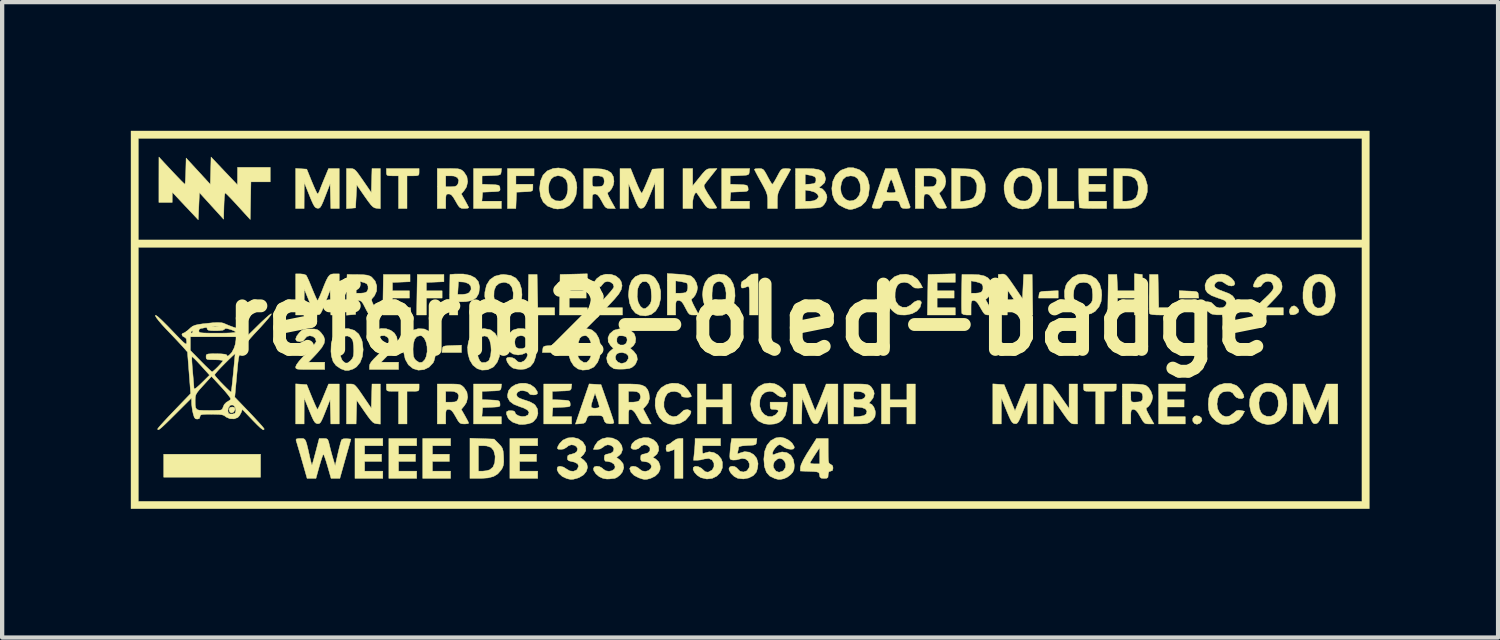
<source format=kicad_pcb>
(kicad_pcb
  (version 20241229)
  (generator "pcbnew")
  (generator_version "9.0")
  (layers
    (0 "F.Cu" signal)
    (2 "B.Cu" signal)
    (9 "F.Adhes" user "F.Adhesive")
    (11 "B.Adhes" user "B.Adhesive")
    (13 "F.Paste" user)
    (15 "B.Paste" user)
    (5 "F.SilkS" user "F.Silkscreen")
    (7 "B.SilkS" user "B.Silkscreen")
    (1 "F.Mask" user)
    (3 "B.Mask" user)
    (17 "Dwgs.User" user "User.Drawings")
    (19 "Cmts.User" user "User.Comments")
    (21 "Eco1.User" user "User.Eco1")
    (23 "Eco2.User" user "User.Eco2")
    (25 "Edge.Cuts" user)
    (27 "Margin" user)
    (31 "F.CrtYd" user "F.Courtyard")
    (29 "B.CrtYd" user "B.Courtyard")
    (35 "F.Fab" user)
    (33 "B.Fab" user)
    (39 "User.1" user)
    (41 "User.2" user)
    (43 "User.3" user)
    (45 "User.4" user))
  (footprint "reform2-oled-badge"
    (layer "F.Cu")
    (at 14.427 4.408)
    (property "Reference" "reform2-oled-badge" (at 0 0 0) (layer "F.SilkS") (effects (font (size 1.524 1.524) (thickness 0.3))))
    (attr through_hole)
    (fp_poly (pts (xy -11.402 3.669) (xy -13.66 3.669) (xy -13.66 3.133) (xy -11.402 3.133) (xy -11.402 3.669)) (stroke (width 0.01) (type solid)) (fill yes) (layer "F.SilkS"))
    (fp_poly (pts (xy 7.168 -2.766) (xy 7.564 -2.766) (xy 7.564 -2.596) (xy 6.971 -2.596) (xy 6.971 -3.528) (xy 7.168 -3.528) (xy 7.168 -2.766)) (stroke (width 0.01) (type solid)) (fill yes) (layer "F.SilkS"))
    (fp_poly (pts (xy -4.945 -0.67) (xy -4.937 -0.282) (xy -4.544 -0.282) (xy -4.544 -0.113) (xy -5.166 -0.113) (xy -5.151 -1.058) (xy -4.953 -1.058) (xy -4.945 -0.67)) (stroke (width 0.01) (type solid)) (fill yes) (layer "F.SilkS"))
    (fp_poly (pts (xy -6.717 0.762) (xy -7.172 0.762) (xy -7.163 0.684) (xy -7.156 0.645) (xy -7.139 0.622) (xy -7.098 0.609) (xy -7.022 0.602) (xy -6.936 0.599) (xy -6.717 0.59) (xy -6.717 0.762)) (stroke (width 0.01) (type solid)) (fill yes) (layer "F.SilkS"))
    (fp_poly (pts (xy -4.374 0.762) (xy -4.83 0.762) (xy -4.821 0.684) (xy -4.814 0.645) (xy -4.796 0.622) (xy -4.756 0.609) (xy -4.68 0.602) (xy -4.593 0.599) (xy -4.374 0.59) (xy -4.374 0.762)) (stroke (width 0.01) (type solid)) (fill yes) (layer "F.SilkS"))
    (fp_poly (pts (xy 7.197 -0.508) (xy 6.741 -0.508) (xy 6.75 -0.586) (xy 6.757 -0.625) (xy 6.775 -0.648) (xy 6.816 -0.661) (xy 6.891 -0.668) (xy 6.978 -0.671) (xy 7.197 -0.68) (xy 7.197 -0.508)) (stroke (width 0.01) (type solid)) (fill yes) (layer "F.SilkS"))
    (fp_poly (pts (xy 10.238 -0.671) (xy 10.348 -0.666) (xy 10.413 -0.659) (xy 10.447 -0.644) (xy 10.461 -0.616) (xy 10.465 -0.586) (xy 10.474 -0.508) (xy 10.019 -0.508) (xy 10.019 -0.68) (xy 10.238 -0.671)) (stroke (width 0.01) (type solid)) (fill yes) (layer "F.SilkS"))
    (fp_poly (pts (xy -12.01 2.041) (xy -11.998 2.078) (xy -12 2.095) (xy -12.026 2.148) (xy -12.073 2.171) (xy -12.116 2.155) (xy -12.133 2.113) (xy -12.136 2.084) (xy -12.117 2.043) (xy -12.063 2.032) (xy -12.01 2.041)) (stroke (width 0.01) (type solid)) (fill yes) (layer "F.SilkS"))
    (fp_poly (pts (xy -7.126 -0.889) (xy -7.535 -0.872) (xy -7.535 -0.677) (xy -7.168 -0.677) (xy -7.168 -0.508) (xy -7.535 -0.508) (xy -7.535 -0.113) (xy -7.762 -0.113) (xy -7.747 -1.058) (xy -7.126 -1.058) (xy -7.126 -0.889)) (stroke (width 0.01) (type solid)) (fill yes) (layer "F.SilkS"))
    (fp_poly (pts (xy 10.488 2.246) (xy 10.537 2.287) (xy 10.549 2.343) (xy 10.546 2.354) (xy 10.5 2.412) (xy 10.434 2.435) (xy 10.373 2.417) (xy 10.334 2.361) (xy 10.336 2.298) (xy 10.376 2.249) (xy 10.416 2.235) (xy 10.488 2.246)) (stroke (width 0.01) (type solid)) (fill yes) (layer "F.SilkS"))
    (fp_poly (pts (xy -8.551 2.935) (xy -8.975 2.935) (xy -8.975 3.133) (xy -8.58 3.133) (xy -8.58 3.302) (xy -8.975 3.302) (xy -8.975 3.528) (xy -8.551 3.528) (xy -8.551 3.697) (xy -9.2 3.697) (xy -9.2 2.766) (xy -8.551 2.766) (xy -8.551 2.935)) (stroke (width 0.01) (type solid)) (fill yes) (layer "F.SilkS"))
    (fp_poly (pts (xy -7.916 -0.889) (xy -8.326 -0.872) (xy -8.326 -0.677) (xy -7.93 -0.677) (xy -7.93 -0.508) (xy -8.326 -0.508) (xy -8.326 -0.282) (xy -7.902 -0.282) (xy -7.902 -0.113) (xy -8.553 -0.113) (xy -8.537 -1.058) (xy -7.916 -1.058) (xy -7.916 -0.889)) (stroke (width 0.01) (type solid)) (fill yes) (layer "F.SilkS"))
    (fp_poly (pts (xy -7.761 2.935) (xy -8.184 2.935) (xy -8.184 3.133) (xy -7.789 3.133) (xy -7.789 3.302) (xy -8.184 3.302) (xy -8.184 3.528) (xy -7.761 3.528) (xy -7.761 3.697) (xy -8.41 3.697) (xy -8.41 2.766) (xy -7.761 2.766) (xy -7.761 2.935)) (stroke (width 0.01) (type solid)) (fill yes) (layer "F.SilkS"))
    (fp_poly (pts (xy -6.971 2.935) (xy -7.394 2.935) (xy -7.394 3.133) (xy -6.999 3.133) (xy -6.999 3.302) (xy -7.394 3.302) (xy -7.394 3.528) (xy -6.971 3.528) (xy -6.971 3.697) (xy -7.62 3.697) (xy -7.62 2.766) (xy -6.971 2.766) (xy -6.971 2.935)) (stroke (width 0.01) (type solid)) (fill yes) (layer "F.SilkS"))
    (fp_poly (pts (xy -4.939 2.935) (xy -5.362 2.935) (xy -5.362 3.133) (xy -4.967 3.133) (xy -4.967 3.302) (xy -5.362 3.302) (xy -5.362 3.528) (xy -4.939 3.528) (xy -4.939 3.697) (xy -5.588 3.697) (xy -5.588 2.766) (xy -4.939 2.766) (xy -4.939 2.935)) (stroke (width 0.01) (type solid)) (fill yes) (layer "F.SilkS"))
    (fp_poly (pts (xy -3.782 -0.875) (xy -4.205 -0.875) (xy -4.205 -0.677) (xy -3.81 -0.677) (xy -3.81 -0.508) (xy -4.205 -0.508) (xy -4.205 -0.282) (xy -3.782 -0.282) (xy -3.782 -0.113) (xy -4.432 -0.113) (xy -4.417 -1.058) (xy -3.782 -1.074) (xy -3.782 -0.875)) (stroke (width 0.01) (type solid)) (fill yes) (layer "F.SilkS"))
    (fp_poly (pts (xy -1.016 1.863) (xy -0.621 1.863) (xy -0.621 1.496) (xy -0.423 1.496) (xy -0.423 2.427) (xy -0.621 2.427) (xy -0.621 2.032) (xy -1.016 2.032) (xy -1.016 2.427) (xy -1.214 2.427) (xy -1.214 1.496) (xy -1.016 1.496) (xy -1.016 1.863)) (stroke (width 0.01) (type solid)) (fill yes) (layer "F.SilkS"))
    (fp_poly (pts (xy 3.274 1.863) (xy 3.669 1.863) (xy 3.669 1.496) (xy 3.866 1.496) (xy 3.866 2.427) (xy 3.669 2.427) (xy 3.669 2.032) (xy 3.274 2.032) (xy 3.274 2.427) (xy 3.076 2.427) (xy 3.076 1.496) (xy 3.274 1.496) (xy 3.274 1.863)) (stroke (width 0.01) (type solid)) (fill yes) (layer "F.SilkS"))
    (fp_poly (pts (xy 4.798 -0.875) (xy 4.374 -0.875) (xy 4.374 -0.677) (xy 4.77 -0.677) (xy 4.77 -0.508) (xy 4.374 -0.508) (xy 4.374 -0.282) (xy 4.798 -0.282) (xy 4.798 -0.113) (xy 4.147 -0.113) (xy 4.163 -1.058) (xy 4.798 -1.074) (xy 4.798 -0.875)) (stroke (width 0.01) (type solid)) (fill yes) (layer "F.SilkS"))
    (fp_poly (pts (xy 9.158 -1.058) (xy 9.174 -0.113) (xy 8.975 -0.113) (xy 8.975 -0.508) (xy 8.58 -0.508) (xy 8.58 -0.113) (xy 8.352 -0.113) (xy 8.368 -1.058) (xy 8.565 -1.058) (xy 8.582 -0.677) (xy 8.975 -0.677) (xy 8.975 -1.076) (xy 9.158 -1.058)) (stroke (width 0.01) (type solid)) (fill yes) (layer "F.SilkS"))
    (fp_poly (pts (xy 10.16 1.665) (xy 9.737 1.665) (xy 9.737 1.863) (xy 10.132 1.863) (xy 10.132 2.032) (xy 9.737 2.032) (xy 9.737 2.258) (xy 10.16 2.258) (xy 10.16 2.427) (xy 9.539 2.427) (xy 9.539 1.496) (xy 10.16 1.496) (xy 10.16 1.665)) (stroke (width 0.01) (type solid)) (fill yes) (layer "F.SilkS"))
    (fp_poly (pts (xy 12.745 -0.305) (xy 12.767 -0.285) (xy 12.806 -0.233) (xy 12.802 -0.188) (xy 12.796 -0.176) (xy 12.748 -0.138) (xy 12.681 -0.117) (xy 12.622 -0.121) (xy 12.607 -0.13) (xy 12.586 -0.186) (xy 12.599 -0.254) (xy 12.639 -0.307) (xy 12.647 -0.312) (xy 12.698 -0.328) (xy 12.745 -0.305)) (stroke (width 0.01) (type solid)) (fill yes) (layer "F.SilkS"))
    (fp_poly (pts (xy -5.024 -3.358) (xy -5.447 -3.358) (xy -5.447 -3.161) (xy -5.052 -3.161) (xy -5.052 -3.078) (xy -5.054 -3.033) (xy -5.069 -3.008) (xy -5.108 -2.995) (xy -5.186 -2.988) (xy -5.242 -2.986) (xy -5.433 -2.977) (xy -5.449 -2.596) (xy -5.644 -2.596) (xy -5.644 -3.528) (xy -5.024 -3.528) (xy -5.024 -3.358)) (stroke (width 0.01) (type solid)) (fill yes) (layer "F.SilkS"))
    (fp_poly (pts (xy -7.705 -3.443) (xy -7.708 -3.393) (xy -7.727 -3.368) (xy -7.776 -3.359) (xy -7.846 -3.358) (xy -7.987 -3.358) (xy -7.987 -2.596) (xy -8.184 -2.596) (xy -8.184 -3.358) (xy -8.326 -3.358) (xy -8.409 -3.36) (xy -8.451 -3.372) (xy -8.465 -3.401) (xy -8.467 -3.443) (xy -8.467 -3.528) (xy -7.705 -3.528) (xy -7.705 -3.443)) (stroke (width 0.01) (type solid)) (fill yes) (layer "F.SilkS"))
    (fp_poly (pts (xy -7.705 1.58) (xy -7.708 1.631) (xy -7.727 1.656) (xy -7.776 1.664) (xy -7.846 1.665) (xy -7.987 1.665) (xy -7.987 2.427) (xy -8.184 2.427) (xy -8.184 1.665) (xy -8.326 1.665) (xy -8.409 1.663) (xy -8.451 1.652) (xy -8.465 1.622) (xy -8.467 1.58) (xy -8.467 1.496) (xy -7.705 1.496) (xy -7.705 1.58)) (stroke (width 0.01) (type solid)) (fill yes) (layer "F.SilkS"))
    (fp_poly (pts (xy -1.552 3.697) (xy -1.75 3.697) (xy -1.75 3.021) (xy -1.822 3.049) (xy -1.897 3.072) (xy -1.935 3.064) (xy -1.947 3.018) (xy -1.947 2.992) (xy -1.935 2.925) (xy -1.904 2.907) (xy -1.855 2.888) (xy -1.796 2.842) (xy -1.79 2.836) (xy -1.703 2.78) (xy -1.636 2.766) (xy -1.552 2.766) (xy -1.552 3.697)) (stroke (width 0.01) (type solid)) (fill yes) (layer "F.SilkS"))
    (fp_poly (pts (xy 8.551 1.58) (xy 8.548 1.631) (xy 8.529 1.656) (xy 8.48 1.664) (xy 8.41 1.665) (xy 8.269 1.665) (xy 8.269 2.427) (xy 8.072 2.427) (xy 8.072 1.665) (xy 7.93 1.665) (xy 7.847 1.663) (xy 7.805 1.652) (xy 7.791 1.622) (xy 7.789 1.58) (xy 7.789 1.496) (xy 8.551 1.496) (xy 8.551 1.58)) (stroke (width 0.01) (type solid)) (fill yes) (layer "F.SilkS"))
    (fp_poly (pts (xy 9.533 -0.67) (xy 9.541 -0.282) (xy 9.934 -0.282) (xy 9.934 -0.113) (xy 9.637 -0.113) (xy 9.491 -0.115) (xy 9.395 -0.122) (xy 9.342 -0.135) (xy 9.326 -0.149) (xy 9.321 -0.189) (xy 9.319 -0.275) (xy 9.318 -0.395) (xy 9.318 -0.54) (xy 9.32 -0.622) (xy 9.327 -1.058) (xy 9.525 -1.058) (xy 9.533 -0.67)) (stroke (width 0.01) (type solid)) (fill yes) (layer "F.SilkS"))
    (fp_poly (pts (xy 14.45 4.403) (xy -14.422 4.403) (xy -14.422 -1.693) (xy -14.252 -1.693) (xy -14.252 4.233) (xy 14.28 4.233) (xy 14.28 -1.693) (xy -14.252 -1.693) (xy -14.422 -1.693) (xy -14.422 -4.233) (xy -14.252 -4.233) (xy -14.252 -1.863) (xy 14.28 -1.863) (xy 14.28 -4.233) (xy -14.252 -4.233) (xy -14.422 -4.233) (xy -14.422 -4.403) (xy 14.45 -4.403) (xy 14.45 4.403)) (stroke (width 0.01) (type solid)) (fill yes) (layer "F.SilkS"))
    (fp_poly (pts (xy 0.198 -0.113) (xy 0 -0.113) (xy 0 -0.455) (xy -0.001 -0.598) (xy -0.003 -0.694) (xy -0.009 -0.75) (xy -0.02 -0.776) (xy -0.037 -0.78) (xy -0.049 -0.776) (xy -0.133 -0.745) (xy -0.177 -0.742) (xy -0.195 -0.769) (xy -0.198 -0.813) (xy -0.183 -0.885) (xy -0.142 -0.917) (xy -0.084 -0.952) (xy -0.032 -1.004) (xy 0.045 -1.062) (xy 0.11 -1.072) (xy 0.198 -1.072) (xy 0.198 -0.113)) (stroke (width 0.01) (type solid)) (fill yes) (layer "F.SilkS"))
    (fp_poly (pts (xy 8.326 -3.358) (xy 7.902 -3.358) (xy 7.902 -3.161) (xy 8.297 -3.161) (xy 8.297 -2.992) (xy 7.902 -2.992) (xy 7.902 -2.766) (xy 8.326 -2.766) (xy 8.326 -2.596) (xy 8.02 -2.596) (xy 7.894 -2.598) (xy 7.789 -2.603) (xy 7.719 -2.609) (xy 7.695 -2.615) (xy 7.689 -2.649) (xy 7.683 -2.728) (xy 7.679 -2.844) (xy 7.677 -2.987) (xy 7.676 -3.081) (xy 7.676 -3.528) (xy 8.326 -3.528) (xy 8.326 -3.358)) (stroke (width 0.01) (type solid)) (fill yes) (layer "F.SilkS"))
    (fp_poly (pts (xy 6.999 1.499) (xy 7.036 1.512) (xy 7.075 1.544) (xy 7.124 1.602) (xy 7.191 1.694) (xy 7.252 1.783) (xy 7.451 2.069) (xy 7.451 1.496) (xy 7.648 1.496) (xy 7.648 2.427) (xy 7.565 2.427) (xy 7.527 2.422) (xy 7.49 2.403) (xy 7.446 2.361) (xy 7.389 2.289) (xy 7.311 2.179) (xy 7.283 2.139) (xy 7.084 1.852) (xy 7.084 2.427) (xy 6.858 2.427) (xy 6.858 1.496) (xy 6.956 1.496) (xy 6.999 1.499)) (stroke (width 0.01) (type solid)) (fill yes) (layer "F.SilkS"))
    (fp_poly (pts (xy -9.257 1.499) (xy -9.22 1.512) (xy -9.182 1.545) (xy -9.133 1.603) (xy -9.067 1.697) (xy -9.011 1.779) (xy -8.819 2.061) (xy -8.811 1.779) (xy -8.803 1.496) (xy -8.608 1.496) (xy -8.608 2.431) (xy -8.698 2.422) (xy -8.741 2.412) (xy -8.782 2.388) (xy -8.829 2.34) (xy -8.89 2.262) (xy -8.973 2.145) (xy -9.158 1.877) (xy -9.166 2.152) (xy -9.174 2.427) (xy -9.398 2.427) (xy -9.398 1.496) (xy -9.3 1.496) (xy -9.257 1.499)) (stroke (width 0.01) (type solid)) (fill yes) (layer "F.SilkS"))
    (fp_poly (pts (xy -9.258 -3.525) (xy -9.221 -3.511) (xy -9.181 -3.478) (xy -9.132 -3.418) (xy -9.065 -3.324) (xy -9.012 -3.248) (xy -8.819 -2.968) (xy -8.811 -3.248) (xy -8.803 -3.528) (xy -8.608 -3.528) (xy -8.608 -2.593) (xy -8.698 -2.602) (xy -8.741 -2.611) (xy -8.782 -2.636) (xy -8.829 -2.683) (xy -8.89 -2.762) (xy -8.973 -2.879) (xy -9.158 -3.147) (xy -9.172 -2.879) (xy -9.186 -2.611) (xy -9.292 -2.602) (xy -9.398 -2.593) (xy -9.398 -3.528) (xy -9.301 -3.528) (xy -9.258 -3.525)) (stroke (width 0.01) (type solid)) (fill yes) (layer "F.SilkS"))
    (fp_poly (pts (xy -5.791 -3.45) (xy -5.798 -3.411) (xy -5.815 -3.387) (xy -5.856 -3.375) (xy -5.932 -3.368) (xy -6.018 -3.364) (xy -6.237 -3.356) (xy -6.237 -3.163) (xy -6.032 -3.155) (xy -5.927 -3.15) (xy -5.865 -3.141) (xy -5.834 -3.124) (xy -5.822 -3.094) (xy -5.819 -3.07) (xy -5.817 -3.031) (xy -5.828 -3.008) (xy -5.865 -2.995) (xy -5.94 -2.989) (xy -6.017 -2.986) (xy -6.223 -2.977) (xy -6.241 -2.766) (xy -5.786 -2.766) (xy -5.786 -2.596) (xy -6.435 -2.596) (xy -6.435 -3.528) (xy -5.782 -3.528) (xy -5.791 -3.45)) (stroke (width 0.01) (type solid)) (fill yes) (layer "F.SilkS"))
    (fp_poly (pts (xy 5.936 1.51) (xy 6.063 1.816) (xy 6.19 2.122) (xy 6.441 1.496) (xy 6.689 1.496) (xy 6.689 2.427) (xy 6.491 2.427) (xy 6.49 2.138) (xy 6.488 1.849) (xy 6.371 2.139) (xy 6.32 2.266) (xy 6.282 2.349) (xy 6.252 2.397) (xy 6.225 2.419) (xy 6.195 2.422) (xy 6.184 2.421) (xy 6.15 2.411) (xy 6.119 2.384) (xy 6.086 2.331) (xy 6.045 2.242) (xy 5.993 2.117) (xy 5.873 1.82) (xy 5.872 2.124) (xy 5.87 2.427) (xy 5.673 2.427) (xy 5.673 1.493) (xy 5.936 1.51)) (stroke (width 0.01) (type solid)) (fill yes) (layer "F.SilkS"))
    (fp_poly (pts (xy -5.791 1.573) (xy -5.798 1.612) (xy -5.815 1.636) (xy -5.856 1.649) (xy -5.932 1.656) (xy -6.018 1.659) (xy -6.237 1.667) (xy -6.237 1.86) (xy -6.032 1.868) (xy -5.927 1.874) (xy -5.865 1.882) (xy -5.834 1.899) (xy -5.822 1.93) (xy -5.819 1.953) (xy -5.817 1.992) (xy -5.828 2.016) (xy -5.865 2.028) (xy -5.94 2.034) (xy -6.017 2.038) (xy -6.223 2.046) (xy -6.232 2.152) (xy -6.241 2.258) (xy -5.786 2.258) (xy -5.786 2.427) (xy -6.435 2.427) (xy -6.435 1.496) (xy -5.782 1.496) (xy -5.791 1.573)) (stroke (width 0.01) (type solid)) (fill yes) (layer "F.SilkS"))
    (fp_poly (pts (xy -4.154 1.573) (xy -4.161 1.612) (xy -4.178 1.636) (xy -4.219 1.649) (xy -4.295 1.656) (xy -4.381 1.659) (xy -4.6 1.667) (xy -4.6 1.86) (xy -4.396 1.868) (xy -4.29 1.874) (xy -4.228 1.882) (xy -4.198 1.899) (xy -4.185 1.93) (xy -4.182 1.953) (xy -4.18 1.992) (xy -4.191 2.016) (xy -4.229 2.028) (xy -4.303 2.034) (xy -4.38 2.038) (xy -4.586 2.046) (xy -4.595 2.152) (xy -4.604 2.258) (xy -4.149 2.258) (xy -4.149 2.427) (xy -4.798 2.427) (xy -4.798 1.496) (xy -4.145 1.496) (xy -4.154 1.573)) (stroke (width 0.01) (type solid)) (fill yes) (layer "F.SilkS"))
    (fp_poly (pts (xy -0.005 -3.45) (xy -0.012 -3.411) (xy -0.03 -3.387) (xy -0.07 -3.375) (xy -0.146 -3.368) (xy -0.233 -3.364) (xy -0.452 -3.356) (xy -0.452 -3.163) (xy -0.247 -3.155) (xy -0.141 -3.15) (xy -0.08 -3.141) (xy -0.049 -3.124) (xy -0.037 -3.094) (xy -0.034 -3.07) (xy -0.031 -3.031) (xy -0.043 -3.008) (xy -0.08 -2.995) (xy -0.154 -2.989) (xy -0.231 -2.986) (xy -0.437 -2.977) (xy -0.446 -2.872) (xy -0.455 -2.766) (xy 0 -2.766) (xy 0 -2.596) (xy -0.649 -2.596) (xy -0.649 -3.528) (xy 0.004 -3.528) (xy -0.005 -3.45)) (stroke (width 0.01) (type solid)) (fill yes) (layer "F.SilkS"))
    (fp_poly (pts (xy 5.957 -1.055) (xy 5.995 -1.023) (xy 6.043 -0.964) (xy 6.11 -0.869) (xy 6.168 -0.785) (xy 6.364 -0.494) (xy 6.392 -1.058) (xy 6.59 -1.058) (xy 6.605 -0.113) (xy 6.51 -0.113) (xy 6.468 -0.116) (xy 6.431 -0.13) (xy 6.392 -0.163) (xy 6.342 -0.224) (xy 6.275 -0.318) (xy 6.22 -0.398) (xy 6.025 -0.683) (xy 6.009 -0.113) (xy 5.911 -0.113) (xy 5.841 -0.122) (xy 5.8 -0.146) (xy 5.798 -0.149) (xy 5.794 -0.189) (xy 5.791 -0.275) (xy 5.79 -0.395) (xy 5.791 -0.54) (xy 5.792 -0.622) (xy 5.8 -1.058) (xy 5.885 -1.067) (xy 5.923 -1.067) (xy 5.957 -1.055)) (stroke (width 0.01) (type solid)) (fill yes) (layer "F.SilkS"))
    (fp_poly (pts (xy 13.068 1.809) (xy 13.191 2.122) (xy 13.251 1.985) (xy 13.295 1.882) (xy 13.346 1.757) (xy 13.379 1.672) (xy 13.448 1.496) (xy 13.716 1.496) (xy 13.716 2.427) (xy 13.52 2.427) (xy 13.512 2.124) (xy 13.504 1.822) (xy 13.388 2.117) (xy 13.335 2.248) (xy 13.296 2.335) (xy 13.263 2.386) (xy 13.233 2.412) (xy 13.201 2.422) (xy 13.167 2.422) (xy 13.14 2.406) (xy 13.111 2.366) (xy 13.077 2.292) (xy 13.029 2.176) (xy 13.021 2.154) (xy 12.912 1.878) (xy 12.904 2.153) (xy 12.896 2.427) (xy 12.672 2.427) (xy 12.672 1.496) (xy 12.945 1.496) (xy 13.068 1.809)) (stroke (width 0.01) (type solid)) (fill yes) (layer "F.SilkS"))
    (fp_poly (pts (xy -6.514 -1.038) (xy -6.395 -0.977) (xy -6.321 -0.887) (xy -6.294 -0.77) (xy -6.294 -0.763) (xy -6.312 -0.62) (xy -6.37 -0.518) (xy -6.467 -0.453) (xy -6.608 -0.425) (xy -6.662 -0.423) (xy -6.802 -0.423) (xy -6.802 -0.113) (xy -7 -0.113) (xy -6.993 -0.593) (xy -6.805 -0.593) (xy -6.692 -0.593) (xy -6.603 -0.604) (xy -6.54 -0.633) (xy -6.535 -0.637) (xy -6.492 -0.71) (xy -6.498 -0.782) (xy -6.548 -0.841) (xy -6.634 -0.877) (xy -6.675 -0.882) (xy -6.787 -0.889) (xy -6.796 -0.741) (xy -6.805 -0.593) (xy -6.993 -0.593) (xy -6.985 -1.058) (xy -6.872 -1.068) (xy -6.674 -1.069) (xy -6.514 -1.038)) (stroke (width 0.01) (type solid)) (fill yes) (layer "F.SilkS"))
    (fp_poly (pts (xy -2.004 -2.596) (xy -2.201 -2.596) (xy -2.204 -3.203) (xy -2.324 -2.907) (xy -2.378 -2.776) (xy -2.419 -2.689) (xy -2.452 -2.637) (xy -2.483 -2.611) (xy -2.515 -2.602) (xy -2.548 -2.602) (xy -2.575 -2.617) (xy -2.603 -2.656) (xy -2.638 -2.728) (xy -2.685 -2.841) (xy -2.703 -2.884) (xy -2.819 -3.175) (xy -2.822 -2.596) (xy -3.02 -2.596) (xy -3.02 -3.528) (xy -2.772 -3.528) (xy -2.652 -3.23) (xy -2.603 -3.114) (xy -2.56 -3.024) (xy -2.527 -2.967) (xy -2.51 -2.954) (xy -2.491 -2.989) (xy -2.456 -3.063) (xy -2.411 -3.166) (xy -2.378 -3.246) (xy -2.267 -3.514) (xy -2.135 -3.522) (xy -2.004 -3.531) (xy -2.004 -2.596)) (stroke (width 0.01) (type solid)) (fill yes) (layer "F.SilkS"))
    (fp_poly (pts (xy 2.06 2.427) (xy 1.836 2.427) (xy 1.828 2.153) (xy 1.82 1.878) (xy 1.711 2.154) (xy 1.662 2.278) (xy 1.625 2.357) (xy 1.596 2.402) (xy 1.569 2.42) (xy 1.537 2.422) (xy 1.531 2.422) (xy 1.498 2.412) (xy 1.467 2.385) (xy 1.435 2.332) (xy 1.395 2.243) (xy 1.344 2.117) (xy 1.228 1.822) (xy 1.22 2.124) (xy 1.212 2.427) (xy 1.016 2.427) (xy 1.016 1.496) (xy 1.15 1.496) (xy 1.284 1.496) (xy 1.408 1.809) (xy 1.531 2.121) (xy 1.579 2.013) (xy 1.614 1.932) (xy 1.659 1.822) (xy 1.705 1.705) (xy 1.707 1.7) (xy 1.787 1.496) (xy 2.06 1.496) (xy 2.06 2.427)) (stroke (width 0.01) (type solid)) (fill yes) (layer "F.SilkS"))
    (fp_poly (pts (xy -10.324 -3.514) (xy -10.207 -3.225) (xy -10.158 -3.109) (xy -10.116 -3.015) (xy -10.085 -2.954) (xy -10.071 -2.935) (xy -10.05 -2.959) (xy -10.025 -3.013) (xy -10.002 -3.075) (xy -9.964 -3.171) (xy -9.918 -3.283) (xy -9.907 -3.309) (xy -9.816 -3.528) (xy -9.567 -3.528) (xy -9.567 -2.596) (xy -9.763 -2.596) (xy -9.779 -3.175) (xy -9.892 -2.885) (xy -9.942 -2.757) (xy -9.979 -2.674) (xy -10.008 -2.627) (xy -10.035 -2.605) (xy -10.065 -2.602) (xy -10.075 -2.602) (xy -10.109 -2.612) (xy -10.139 -2.639) (xy -10.172 -2.693) (xy -10.213 -2.782) (xy -10.264 -2.907) (xy -10.383 -3.203) (xy -10.386 -2.596) (xy -10.583 -2.596) (xy -10.583 -3.531) (xy -10.324 -3.514)) (stroke (width 0.01) (type solid)) (fill yes) (layer "F.SilkS"))
    (fp_poly (pts (xy -10.324 1.51) (xy -10.207 1.799) (xy -10.158 1.915) (xy -10.117 2.009) (xy -10.087 2.07) (xy -10.074 2.088) (xy -10.058 2.064) (xy -10.026 1.997) (xy -9.982 1.9) (xy -9.937 1.792) (xy -9.815 1.496) (xy -9.567 1.496) (xy -9.567 2.427) (xy -9.763 2.427) (xy -9.771 2.143) (xy -9.779 1.859) (xy -9.892 2.144) (xy -9.943 2.27) (xy -9.98 2.351) (xy -10.009 2.398) (xy -10.036 2.418) (xy -10.067 2.422) (xy -10.075 2.421) (xy -10.109 2.411) (xy -10.139 2.384) (xy -10.172 2.331) (xy -10.213 2.242) (xy -10.265 2.117) (xy -10.385 1.82) (xy -10.385 2.124) (xy -10.386 2.427) (xy -10.583 2.427) (xy -10.583 1.493) (xy -10.324 1.51)) (stroke (width 0.01) (type solid)) (fill yes) (layer "F.SilkS"))
    (fp_poly (pts (xy 8.742 -3.528) (xy 8.911 -3.519) (xy 9.037 -3.492) (xy 9.128 -3.44) (xy 9.196 -3.358) (xy 9.23 -3.294) (xy 9.276 -3.137) (xy 9.275 -2.982) (xy 9.231 -2.839) (xy 9.147 -2.722) (xy 9.063 -2.658) (xy 8.989 -2.624) (xy 8.907 -2.605) (xy 8.797 -2.597) (xy 8.724 -2.596) (xy 8.495 -2.596) (xy 8.495 -3.358) (xy 8.692 -3.358) (xy 8.692 -2.766) (xy 8.775 -2.766) (xy 8.864 -2.775) (xy 8.929 -2.793) (xy 9.005 -2.844) (xy 9.049 -2.934) (xy 9.066 -3.067) (xy 9.066 -3.086) (xy 9.046 -3.214) (xy 8.986 -3.302) (xy 8.888 -3.35) (xy 8.804 -3.358) (xy 8.692 -3.358) (xy 8.495 -3.358) (xy 8.495 -3.528) (xy 8.742 -3.528)) (stroke (width 0.01) (type solid)) (fill yes) (layer "F.SilkS"))
    (fp_poly (pts (xy 4.994 -3.523) (xy 5.123 -3.518) (xy 5.211 -3.51) (xy 5.269 -3.496) (xy 5.313 -3.473) (xy 5.355 -3.436) (xy 5.36 -3.431) (xy 5.449 -3.313) (xy 5.494 -3.17) (xy 5.497 -3.001) (xy 5.467 -2.85) (xy 5.403 -2.737) (xy 5.3 -2.659) (xy 5.156 -2.613) (xy 4.966 -2.597) (xy 4.946 -2.596) (xy 4.713 -2.596) (xy 4.713 -3.358) (xy 4.911 -3.358) (xy 4.911 -2.758) (xy 5.041 -2.773) (xy 5.138 -2.795) (xy 5.213 -2.831) (xy 5.225 -2.842) (xy 5.272 -2.921) (xy 5.299 -3.028) (xy 5.301 -3.14) (xy 5.294 -3.174) (xy 5.245 -3.278) (xy 5.158 -3.339) (xy 5.038 -3.358) (xy 4.911 -3.358) (xy 4.713 -3.358) (xy 4.713 -3.533) (xy 4.994 -3.523)) (stroke (width 0.01) (type solid)) (fill yes) (layer "F.SilkS"))
    (fp_poly (pts (xy -6.238 2.77) (xy -5.956 2.78) (xy -5.85 2.886) (xy -5.795 2.945) (xy -5.762 2.997) (xy -5.745 3.061) (xy -5.736 3.156) (xy -5.734 3.196) (xy -5.731 3.31) (xy -5.739 3.387) (xy -5.76 3.448) (xy -5.791 3.5) (xy -5.87 3.591) (xy -5.967 3.651) (xy -6.095 3.685) (xy -6.264 3.697) (xy -6.287 3.697) (xy -6.519 3.697) (xy -6.519 2.935) (xy -6.322 2.935) (xy -6.322 3.528) (xy -6.224 3.528) (xy -6.134 3.518) (xy -6.057 3.496) (xy -5.982 3.432) (xy -5.94 3.328) (xy -5.932 3.192) (xy -5.934 3.169) (xy -5.965 3.049) (xy -6.027 2.975) (xy -6.128 2.94) (xy -6.198 2.935) (xy -6.322 2.935) (xy -6.519 2.935) (xy -6.519 2.76) (xy -6.238 2.77)) (stroke (width 0.01) (type solid)) (fill yes) (layer "F.SilkS"))
    (fp_poly (pts (xy -8.471 0.207) (xy -8.366 0.244) (xy -8.281 0.308) (xy -8.226 0.399) (xy -8.213 0.483) (xy -8.223 0.549) (xy -8.258 0.62) (xy -8.324 0.707) (xy -8.428 0.82) (xy -8.434 0.826) (xy -8.592 0.988) (xy -8.184 0.988) (xy -8.184 1.157) (xy -8.862 1.157) (xy -8.862 1.079) (xy -8.853 1.034) (xy -8.82 0.98) (xy -8.757 0.908) (xy -8.658 0.81) (xy -8.636 0.79) (xy -8.518 0.671) (xy -8.443 0.579) (xy -8.409 0.506) (xy -8.412 0.446) (xy -8.444 0.401) (xy -8.512 0.367) (xy -8.59 0.372) (xy -8.653 0.412) (xy -8.669 0.437) (xy -8.708 0.489) (xy -8.773 0.507) (xy -8.796 0.508) (xy -8.859 0.506) (xy -8.884 0.491) (xy -8.877 0.449) (xy -8.85 0.382) (xy -8.785 0.287) (xy -8.692 0.227) (xy -8.584 0.201) (xy -8.471 0.207)) (stroke (width 0.01) (type solid)) (fill yes) (layer "F.SilkS"))
    (fp_poly (pts (xy -2.622 1.502) (xy -2.506 1.524) (xy -2.426 1.565) (xy -2.375 1.631) (xy -2.346 1.708) (xy -2.331 1.833) (xy -2.366 1.939) (xy -2.415 2.004) (xy -2.481 2.074) (xy -2.292 2.427) (xy -2.409 2.427) (xy -2.473 2.424) (xy -2.517 2.409) (xy -2.553 2.369) (xy -2.596 2.293) (xy -2.611 2.265) (xy -2.673 2.161) (xy -2.726 2.106) (xy -2.759 2.094) (xy -2.794 2.093) (xy -2.813 2.111) (xy -2.821 2.16) (xy -2.822 2.253) (xy -2.822 2.427) (xy -3.048 2.427) (xy -3.048 1.665) (xy -2.822 1.665) (xy -2.822 1.919) (xy -2.715 1.919) (xy -2.636 1.911) (xy -2.58 1.89) (xy -2.574 1.885) (xy -2.546 1.83) (xy -2.54 1.792) (xy -2.56 1.718) (xy -2.624 1.676) (xy -2.715 1.665) (xy -2.822 1.665) (xy -3.048 1.665) (xy -3.048 1.496) (xy -2.784 1.496) (xy -2.622 1.502)) (stroke (width 0.01) (type solid)) (fill yes) (layer "F.SilkS"))
    (fp_poly (pts (xy 12.161 -1.065) (xy 12.265 -1.027) (xy 12.35 -0.961) (xy 12.405 -0.867) (xy 12.418 -0.782) (xy 12.413 -0.725) (xy 12.396 -0.674) (xy 12.357 -0.616) (xy 12.289 -0.539) (xy 12.23 -0.477) (xy 12.042 -0.282) (xy 12.446 -0.282) (xy 12.446 -0.113) (xy 11.769 -0.113) (xy 11.769 -0.19) (xy 11.778 -0.236) (xy 11.811 -0.291) (xy 11.875 -0.363) (xy 11.974 -0.461) (xy 11.997 -0.482) (xy 12.099 -0.58) (xy 12.165 -0.65) (xy 12.201 -0.701) (xy 12.216 -0.743) (xy 12.216 -0.775) (xy 12.194 -0.844) (xy 12.161 -0.883) (xy 12.092 -0.9) (xy 12.018 -0.882) (xy 11.962 -0.839) (xy 11.952 -0.818) (xy 11.921 -0.777) (xy 11.855 -0.762) (xy 11.837 -0.762) (xy 11.773 -0.764) (xy 11.747 -0.779) (xy 11.753 -0.821) (xy 11.781 -0.888) (xy 11.846 -0.985) (xy 11.94 -1.046) (xy 12.048 -1.072) (xy 12.161 -1.065)) (stroke (width 0.01) (type solid)) (fill yes) (layer "F.SilkS"))
    (fp_poly (pts (xy -7.582 0.213) (xy -7.468 0.268) (xy -7.383 0.367) (xy -7.33 0.504) (xy -7.313 0.677) (xy -7.317 0.748) (xy -7.331 0.856) (xy -7.355 0.95) (xy -7.377 1.001) (xy -7.473 1.103) (xy -7.592 1.161) (xy -7.722 1.173) (xy -7.845 1.137) (xy -7.954 1.049) (xy -8.028 0.918) (xy -8.062 0.765) (xy -8.063 0.679) (xy -7.846 0.679) (xy -7.843 0.789) (xy -7.833 0.859) (xy -7.809 0.909) (xy -7.777 0.946) (xy -7.702 0.995) (xy -7.632 0.989) (xy -7.573 0.93) (xy -7.54 0.858) (xy -7.517 0.744) (xy -7.519 0.625) (xy -7.543 0.516) (xy -7.584 0.428) (xy -7.64 0.376) (xy -7.677 0.367) (xy -7.758 0.389) (xy -7.811 0.455) (xy -7.84 0.569) (xy -7.846 0.679) (xy -8.063 0.679) (xy -8.063 0.589) (xy -8.024 0.438) (xy -7.949 0.319) (xy -7.842 0.239) (xy -7.723 0.205) (xy -7.582 0.213)) (stroke (width 0.01) (type solid)) (fill yes) (layer "F.SilkS"))
    (fp_poly (pts (xy -4.299 -3.519) (xy -4.174 -3.452) (xy -4.085 -3.344) (xy -4.036 -3.197) (xy -4.025 -3.08) (xy -4.046 -2.909) (xy -4.108 -2.769) (xy -4.204 -2.664) (xy -4.329 -2.601) (xy -4.477 -2.584) (xy -4.564 -2.597) (xy -4.708 -2.652) (xy -4.81 -2.746) (xy -4.872 -2.878) (xy -4.895 -3.051) (xy -4.895 -3.062) (xy -4.894 -3.071) (xy -4.689 -3.071) (xy -4.676 -2.953) (xy -4.634 -2.857) (xy -4.616 -2.835) (xy -4.52 -2.776) (xy -4.41 -2.77) (xy -4.362 -2.783) (xy -4.3 -2.834) (xy -4.258 -2.923) (xy -4.237 -3.032) (xy -4.239 -3.144) (xy -4.268 -3.245) (xy -4.292 -3.284) (xy -4.372 -3.345) (xy -4.469 -3.363) (xy -4.564 -3.337) (xy -4.626 -3.284) (xy -4.673 -3.188) (xy -4.689 -3.071) (xy -4.894 -3.071) (xy -4.875 -3.237) (xy -4.815 -3.375) (xy -4.717 -3.473) (xy -4.582 -3.529) (xy -4.459 -3.542) (xy -4.299 -3.519)) (stroke (width 0.01) (type solid)) (fill yes) (layer "F.SilkS"))
    (fp_poly (pts (xy -3.23 -1.061) (xy -3.118 -1.023) (xy -3.03 -0.952) (xy -2.99 -0.884) (xy -2.972 -0.797) (xy -2.991 -0.706) (xy -3.048 -0.605) (xy -3.149 -0.483) (xy -3.167 -0.464) (xy -3.337 -0.282) (xy -2.963 -0.282) (xy -2.963 -0.113) (xy -3.302 -0.113) (xy -3.445 -0.113) (xy -3.54 -0.116) (xy -3.598 -0.122) (xy -3.628 -0.134) (xy -3.639 -0.152) (xy -3.641 -0.175) (xy -3.619 -0.226) (xy -3.558 -0.31) (xy -3.458 -0.421) (xy -3.401 -0.481) (xy -3.308 -0.58) (xy -3.232 -0.667) (xy -3.18 -0.734) (xy -3.161 -0.77) (xy -3.161 -0.77) (xy -3.184 -0.838) (xy -3.241 -0.881) (xy -3.313 -0.896) (xy -3.382 -0.878) (xy -3.429 -0.826) (xy -3.468 -0.777) (xy -3.54 -0.762) (xy -3.549 -0.762) (xy -3.619 -0.777) (xy -3.641 -0.821) (xy -3.617 -0.89) (xy -3.561 -0.963) (xy -3.466 -1.033) (xy -3.351 -1.065) (xy -3.23 -1.061)) (stroke (width 0.01) (type solid)) (fill yes) (layer "F.SilkS"))
    (fp_poly (pts (xy -1.326 -3.124) (xy -1.164 -3.325) (xy -1.086 -3.421) (xy -1.031 -3.48) (xy -0.986 -3.512) (xy -0.939 -3.525) (xy -0.88 -3.527) (xy -0.758 -3.528) (xy -0.894 -3.357) (xy -0.963 -3.27) (xy -1.02 -3.197) (xy -1.054 -3.151) (xy -1.057 -3.148) (xy -1.06 -3.112) (xy -1.034 -3.048) (xy -0.977 -2.95) (xy -0.923 -2.867) (xy -0.856 -2.765) (xy -0.803 -2.681) (xy -0.77 -2.627) (xy -0.762 -2.611) (xy -0.787 -2.602) (xy -0.85 -2.597) (xy -0.874 -2.596) (xy -0.933 -2.6) (xy -0.977 -2.616) (xy -1.02 -2.655) (xy -1.073 -2.727) (xy -1.104 -2.773) (xy -1.162 -2.86) (xy -1.208 -2.927) (xy -1.233 -2.962) (xy -1.234 -2.963) (xy -1.259 -2.963) (xy -1.286 -2.922) (xy -1.31 -2.853) (xy -1.324 -2.772) (xy -1.326 -2.732) (xy -1.326 -2.596) (xy -1.552 -2.596) (xy -1.552 -3.528) (xy -1.326 -3.528) (xy -1.326 -3.124)) (stroke (width 0.01) (type solid)) (fill yes) (layer "F.SilkS"))
    (fp_poly (pts (xy -5.571 -1.037) (xy -5.448 -0.972) (xy -5.363 -0.865) (xy -5.316 -0.717) (xy -5.306 -0.584) (xy -5.32 -0.431) (xy -5.366 -0.311) (xy -5.452 -0.206) (xy -5.459 -0.199) (xy -5.551 -0.146) (xy -5.674 -0.118) (xy -5.806 -0.117) (xy -5.927 -0.144) (xy -5.978 -0.169) (xy -6.077 -0.263) (xy -6.144 -0.393) (xy -6.173 -0.545) (xy -5.961 -0.545) (xy -5.95 -0.48) (xy -5.905 -0.37) (xy -5.829 -0.305) (xy -5.73 -0.288) (xy -5.634 -0.314) (xy -5.559 -0.378) (xy -5.516 -0.481) (xy -5.508 -0.614) (xy -5.51 -0.637) (xy -5.54 -0.76) (xy -5.598 -0.837) (xy -5.687 -0.872) (xy -5.734 -0.875) (xy -5.839 -0.851) (xy -5.915 -0.784) (xy -5.956 -0.68) (xy -5.961 -0.545) (xy -6.173 -0.545) (xy -6.174 -0.548) (xy -6.171 -0.645) (xy -6.133 -0.81) (xy -6.055 -0.935) (xy -5.941 -1.017) (xy -5.791 -1.055) (xy -5.729 -1.058) (xy -5.571 -1.037)) (stroke (width 0.01) (type solid)) (fill yes) (layer "F.SilkS"))
    (fp_poly (pts (xy 6.538 -3.519) (xy 6.663 -3.452) (xy 6.752 -3.344) (xy 6.802 -3.197) (xy 6.812 -3.08) (xy 6.791 -2.909) (xy 6.73 -2.769) (xy 6.633 -2.664) (xy 6.508 -2.601) (xy 6.361 -2.584) (xy 6.273 -2.597) (xy 6.132 -2.651) (xy 6.03 -2.745) (xy 5.965 -2.879) (xy 5.936 -3.03) (xy 5.936 -3.071) (xy 6.148 -3.071) (xy 6.161 -2.953) (xy 6.203 -2.857) (xy 6.222 -2.835) (xy 6.317 -2.776) (xy 6.427 -2.77) (xy 6.476 -2.783) (xy 6.537 -2.834) (xy 6.58 -2.923) (xy 6.601 -3.032) (xy 6.598 -3.144) (xy 6.57 -3.245) (xy 6.546 -3.284) (xy 6.466 -3.345) (xy 6.369 -3.363) (xy 6.273 -3.337) (xy 6.211 -3.284) (xy 6.165 -3.188) (xy 6.148 -3.071) (xy 5.936 -3.071) (xy 5.935 -3.143) (xy 5.959 -3.238) (xy 5.988 -3.3) (xy 6.069 -3.424) (xy 6.163 -3.5) (xy 6.283 -3.536) (xy 6.378 -3.542) (xy 6.538 -3.519)) (stroke (width 0.01) (type solid)) (fill yes) (layer "F.SilkS"))
    (fp_poly (pts (xy -2.315 -1.047) (xy -2.245 -1.01) (xy -2.197 -0.964) (xy -2.115 -0.831) (xy -2.072 -0.668) (xy -2.073 -0.494) (xy -2.114 -0.33) (xy -2.189 -0.206) (xy -2.294 -0.125) (xy -2.423 -0.092) (xy -2.554 -0.105) (xy -2.66 -0.158) (xy -2.743 -0.257) (xy -2.798 -0.394) (xy -2.818 -0.539) (xy -2.62 -0.539) (xy -2.596 -0.41) (xy -2.545 -0.316) (xy -2.538 -0.309) (xy -2.482 -0.264) (xy -2.432 -0.263) (xy -2.373 -0.306) (xy -2.355 -0.323) (xy -2.315 -0.374) (xy -2.294 -0.433) (xy -2.286 -0.522) (xy -2.286 -0.562) (xy -2.297 -0.718) (xy -2.332 -0.824) (xy -2.392 -0.883) (xy -2.419 -0.893) (xy -2.498 -0.888) (xy -2.561 -0.832) (xy -2.604 -0.734) (xy -2.612 -0.688) (xy -2.62 -0.539) (xy -2.818 -0.539) (xy -2.822 -0.561) (xy -2.822 -0.595) (xy -2.804 -0.774) (xy -2.75 -0.912) (xy -2.663 -1.007) (xy -2.543 -1.058) (xy -2.415 -1.064) (xy -2.315 -1.047)) (stroke (width 0.01) (type solid)) (fill yes) (layer "F.SilkS"))
    (fp_poly (pts (xy 3.799 -1.028) (xy 3.914 -0.948) (xy 3.987 -0.845) (xy 4.036 -0.748) (xy 3.936 -0.739) (xy 3.855 -0.743) (xy 3.798 -0.779) (xy 3.778 -0.803) (xy 3.703 -0.858) (xy 3.608 -0.877) (xy 3.515 -0.859) (xy 3.458 -0.82) (xy 3.418 -0.743) (xy 3.395 -0.637) (xy 3.393 -0.523) (xy 3.413 -0.427) (xy 3.476 -0.338) (xy 3.563 -0.293) (xy 3.661 -0.293) (xy 3.756 -0.342) (xy 3.782 -0.367) (xy 3.85 -0.422) (xy 3.919 -0.45) (xy 3.976 -0.449) (xy 4.005 -0.417) (xy 4.007 -0.402) (xy 3.978 -0.295) (xy 3.904 -0.207) (xy 3.792 -0.145) (xy 3.651 -0.115) (xy 3.605 -0.113) (xy 3.506 -0.117) (xy 3.438 -0.135) (xy 3.375 -0.176) (xy 3.332 -0.213) (xy 3.253 -0.298) (xy 3.209 -0.39) (xy 3.191 -0.46) (xy 3.178 -0.635) (xy 3.209 -0.789) (xy 3.279 -0.915) (xy 3.383 -1.007) (xy 3.516 -1.057) (xy 3.65 -1.064) (xy 3.799 -1.028)) (stroke (width 0.01) (type solid)) (fill yes) (layer "F.SilkS"))
    (fp_poly (pts (xy 12.161 1.481) (xy 12.303 1.529) (xy 12.417 1.611) (xy 12.49 1.718) (xy 12.525 1.86) (xy 12.531 1.964) (xy 12.524 2.083) (xy 12.5 2.17) (xy 12.467 2.23) (xy 12.356 2.353) (xy 12.227 2.424) (xy 12.085 2.443) (xy 11.957 2.415) (xy 11.838 2.358) (xy 11.757 2.279) (xy 11.697 2.161) (xy 11.695 2.155) (xy 11.658 1.996) (xy 11.662 1.93) (xy 11.877 1.93) (xy 11.884 2.049) (xy 11.922 2.153) (xy 11.967 2.208) (xy 12.058 2.25) (xy 12.157 2.25) (xy 12.241 2.208) (xy 12.248 2.202) (xy 12.303 2.114) (xy 12.329 2.002) (xy 12.327 1.884) (xy 12.297 1.78) (xy 12.247 1.715) (xy 12.162 1.674) (xy 12.065 1.668) (xy 11.98 1.698) (xy 11.954 1.719) (xy 11.9 1.814) (xy 11.877 1.93) (xy 11.662 1.93) (xy 11.666 1.846) (xy 11.713 1.713) (xy 11.793 1.603) (xy 11.898 1.524) (xy 12.023 1.481) (xy 12.161 1.481)) (stroke (width 0.01) (type solid)) (fill yes) (layer "F.SilkS"))
    (fp_poly (pts (xy -10.396 -1.064) (xy -10.343 -1.043) (xy -10.337 -1.037) (xy -10.315 -0.997) (xy -10.278 -0.918) (xy -10.233 -0.811) (xy -10.199 -0.727) (xy -10.152 -0.614) (xy -10.112 -0.523) (xy -10.084 -0.466) (xy -10.073 -0.452) (xy -10.055 -0.476) (xy -10.025 -0.541) (xy -9.986 -0.632) (xy -9.977 -0.656) (xy -9.915 -0.813) (xy -9.867 -0.925) (xy -9.827 -0.999) (xy -9.79 -1.043) (xy -9.75 -1.065) (xy -9.702 -1.072) (xy -9.68 -1.072) (xy -9.567 -1.072) (xy -9.567 -0.113) (xy -9.763 -0.113) (xy -9.771 -0.402) (xy -9.779 -0.691) (xy -9.892 -0.401) (xy -9.942 -0.274) (xy -9.979 -0.191) (xy -10.008 -0.143) (xy -10.035 -0.122) (xy -10.065 -0.118) (xy -10.074 -0.119) (xy -10.107 -0.129) (xy -10.138 -0.158) (xy -10.172 -0.214) (xy -10.214 -0.305) (xy -10.263 -0.423) (xy -10.383 -0.72) (xy -10.384 -0.416) (xy -10.386 -0.113) (xy -10.583 -0.113) (xy -10.583 -1.072) (xy -10.474 -1.072) (xy -10.396 -1.064)) (stroke (width 0.01) (type solid)) (fill yes) (layer "F.SilkS"))
    (fp_poly (pts (xy -10.145 0.214) (xy -10.082 0.227) (xy -10.034 0.257) (xy -9.988 0.304) (xy -9.929 0.385) (xy -9.905 0.463) (xy -9.918 0.546) (xy -9.971 0.642) (xy -10.067 0.759) (xy -10.142 0.84) (xy -10.285 0.988) (xy -9.906 0.988) (xy -9.906 1.157) (xy -10.245 1.157) (xy -10.387 1.157) (xy -10.483 1.154) (xy -10.541 1.148) (xy -10.571 1.136) (xy -10.582 1.118) (xy -10.583 1.095) (xy -10.562 1.044) (xy -10.5 0.96) (xy -10.401 0.849) (xy -10.343 0.789) (xy -10.251 0.691) (xy -10.174 0.604) (xy -10.123 0.539) (xy -10.104 0.503) (xy -10.104 0.503) (xy -10.126 0.431) (xy -10.182 0.385) (xy -10.254 0.37) (xy -10.323 0.389) (xy -10.371 0.445) (xy -10.411 0.493) (xy -10.483 0.508) (xy -10.491 0.508) (xy -10.561 0.493) (xy -10.584 0.45) (xy -10.559 0.38) (xy -10.501 0.304) (xy -10.45 0.252) (xy -10.401 0.225) (xy -10.335 0.214) (xy -10.245 0.212) (xy -10.145 0.214)) (stroke (width 0.01) (type solid)) (fill yes) (layer "F.SilkS"))
    (fp_poly (pts (xy -6.057 0.228) (xy -6.031 0.239) (xy -5.934 0.314) (xy -5.865 0.426) (xy -5.825 0.561) (xy -5.814 0.708) (xy -5.832 0.853) (xy -5.881 0.984) (xy -5.961 1.088) (xy -5.984 1.106) (xy -6.106 1.164) (xy -6.239 1.172) (xy -6.35 1.137) (xy -6.451 1.056) (xy -6.523 0.938) (xy -6.564 0.798) (xy -6.575 0.649) (xy -6.36 0.649) (xy -6.351 0.764) (xy -6.328 0.869) (xy -6.293 0.95) (xy -6.248 0.993) (xy -6.241 0.995) (xy -6.153 0.994) (xy -6.085 0.956) (xy -6.07 0.935) (xy -6.036 0.832) (xy -6.024 0.709) (xy -6.032 0.585) (xy -6.059 0.476) (xy -6.104 0.401) (xy -6.11 0.395) (xy -6.175 0.374) (xy -6.25 0.39) (xy -6.312 0.437) (xy -6.323 0.454) (xy -6.351 0.541) (xy -6.36 0.649) (xy -6.575 0.649) (xy -6.575 0.648) (xy -6.553 0.501) (xy -6.496 0.371) (xy -6.438 0.3) (xy -6.324 0.227) (xy -6.192 0.203) (xy -6.057 0.228)) (stroke (width 0.01) (type solid)) (fill yes) (layer "F.SilkS"))
    (fp_poly (pts (xy -3.722 0.218) (xy -3.671 0.239) (xy -3.58 0.316) (xy -3.515 0.429) (xy -3.479 0.566) (xy -3.471 0.714) (xy -3.492 0.859) (xy -3.542 0.989) (xy -3.621 1.09) (xy -3.641 1.106) (xy -3.759 1.161) (xy -3.891 1.172) (xy -4 1.145) (xy -4.097 1.072) (xy -4.168 0.962) (xy -4.213 0.826) (xy -4.219 0.77) (xy -4.007 0.77) (xy -4.003 0.841) (xy -3.987 0.888) (xy -3.956 0.928) (xy -3.942 0.943) (xy -3.865 0.994) (xy -3.795 0.99) (xy -3.736 0.932) (xy -3.702 0.858) (xy -3.679 0.744) (xy -3.68 0.626) (xy -3.702 0.516) (xy -3.742 0.429) (xy -3.796 0.376) (xy -3.833 0.367) (xy -3.907 0.381) (xy -3.957 0.427) (xy -3.987 0.514) (xy -4.002 0.647) (xy -4.003 0.659) (xy -4.007 0.77) (xy -4.219 0.77) (xy -4.228 0.679) (xy -4.214 0.532) (xy -4.168 0.399) (xy -4.093 0.297) (xy -3.984 0.229) (xy -3.854 0.201) (xy -3.722 0.218)) (stroke (width 0.01) (type solid)) (fill yes) (layer "F.SilkS"))
    (fp_poly (pts (xy -0.677 2.935) (xy -1.101 2.935) (xy -1.101 3.035) (xy -1.097 3.099) (xy -1.082 3.119) (xy -1.046 3.105) (xy -0.939 3.077) (xy -0.83 3.095) (xy -0.732 3.153) (xy -0.66 3.242) (xy -0.632 3.321) (xy -0.633 3.449) (xy -0.679 3.558) (xy -0.762 3.643) (xy -0.87 3.696) (xy -0.995 3.711) (xy -1.127 3.681) (xy -1.144 3.674) (xy -1.222 3.622) (xy -1.283 3.556) (xy -1.316 3.489) (xy -1.311 3.441) (xy -1.266 3.415) (xy -1.198 3.422) (xy -1.126 3.457) (xy -1.09 3.49) (xy -1.033 3.541) (xy -0.976 3.551) (xy -0.951 3.546) (xy -0.871 3.5) (xy -0.829 3.422) (xy -0.83 3.343) (xy -0.874 3.266) (xy -0.95 3.231) (xy -1.049 3.243) (xy -1.05 3.243) (xy -1.142 3.266) (xy -1.222 3.274) (xy -1.306 3.274) (xy -1.288 3.1) (xy -1.278 2.993) (xy -1.272 2.896) (xy -1.27 2.846) (xy -1.27 2.766) (xy -0.677 2.766) (xy -0.677 2.935)) (stroke (width 0.01) (type solid)) (fill yes) (layer "F.SilkS"))
    (fp_poly (pts (xy 2.555 -3.503) (xy 2.56 -3.501) (xy 2.675 -3.419) (xy 2.753 -3.298) (xy 2.791 -3.143) (xy 2.794 -3.076) (xy 2.773 -2.9) (xy 2.71 -2.761) (xy 2.605 -2.659) (xy 2.469 -2.599) (xy 2.394 -2.579) (xy 2.347 -2.573) (xy 2.301 -2.581) (xy 2.231 -2.605) (xy 2.221 -2.609) (xy 2.08 -2.683) (xy 1.984 -2.79) (xy 1.931 -2.932) (xy 1.919 -3.066) (xy 1.92 -3.076) (xy 2.122 -3.076) (xy 2.137 -2.961) (xy 2.182 -2.867) (xy 2.25 -2.802) (xy 2.334 -2.772) (xy 2.427 -2.785) (xy 2.493 -2.823) (xy 2.56 -2.91) (xy 2.589 -3.027) (xy 2.579 -3.161) (xy 2.571 -3.191) (xy 2.522 -3.292) (xy 2.446 -3.346) (xy 2.357 -3.358) (xy 2.251 -3.339) (xy 2.179 -3.276) (xy 2.145 -3.203) (xy 2.122 -3.076) (xy 1.92 -3.076) (xy 1.942 -3.23) (xy 2.006 -3.367) (xy 2.106 -3.469) (xy 2.155 -3.498) (xy 2.291 -3.546) (xy 2.417 -3.547) (xy 2.555 -3.503)) (stroke (width 0.01) (type solid)) (fill yes) (layer "F.SilkS"))
    (fp_poly (pts (xy 13.422 -1.037) (xy 13.522 -0.97) (xy 13.6 -0.861) (xy 13.645 -0.723) (xy 13.658 -0.571) (xy 13.64 -0.421) (xy 13.59 -0.286) (xy 13.511 -0.181) (xy 13.49 -0.164) (xy 13.377 -0.111) (xy 13.249 -0.097) (xy 13.137 -0.123) (xy 13.033 -0.19) (xy 12.962 -0.288) (xy 12.926 -0.378) (xy 12.905 -0.498) (xy 12.905 -0.512) (xy 13.114 -0.512) (xy 13.131 -0.391) (xy 13.132 -0.387) (xy 13.176 -0.311) (xy 13.244 -0.274) (xy 13.321 -0.279) (xy 13.388 -0.327) (xy 13.407 -0.355) (xy 13.43 -0.432) (xy 13.441 -0.541) (xy 13.44 -0.657) (xy 13.427 -0.759) (xy 13.41 -0.81) (xy 13.351 -0.874) (xy 13.276 -0.893) (xy 13.203 -0.87) (xy 13.147 -0.807) (xy 13.132 -0.768) (xy 13.114 -0.649) (xy 13.114 -0.512) (xy 12.905 -0.512) (xy 12.906 -0.639) (xy 12.926 -0.778) (xy 12.965 -0.889) (xy 12.971 -0.9) (xy 13.057 -0.996) (xy 13.171 -1.051) (xy 13.297 -1.066) (xy 13.422 -1.037)) (stroke (width 0.01) (type solid)) (fill yes) (layer "F.SilkS"))
    (fp_poly (pts (xy -3.601 1.502) (xy -3.463 1.51) (xy -3.314 1.933) (xy -3.263 2.08) (xy -3.219 2.209) (xy -3.185 2.312) (xy -3.166 2.377) (xy -3.162 2.394) (xy -3.183 2.418) (xy -3.251 2.423) (xy -3.266 2.422) (xy -3.339 2.409) (xy -3.377 2.375) (xy -3.397 2.321) (xy -3.414 2.271) (xy -3.438 2.244) (xy -3.484 2.232) (xy -3.567 2.23) (xy -3.598 2.23) (xy -3.695 2.231) (xy -3.749 2.239) (xy -3.778 2.262) (xy -3.795 2.305) (xy -3.8 2.321) (xy -3.823 2.381) (xy -3.861 2.409) (xy -3.933 2.421) (xy -3.943 2.422) (xy -4.06 2.43) (xy -3.918 2.016) (xy -3.694 2.016) (xy -3.678 2.048) (xy -3.634 2.059) (xy -3.598 2.06) (xy -3.527 2.051) (xy -3.502 2.026) (xy -3.502 2.025) (xy -3.512 1.98) (xy -3.535 1.902) (xy -3.553 1.849) (xy -3.603 1.709) (xy -3.65 1.847) (xy -3.683 1.953) (xy -3.694 2.016) (xy -3.918 2.016) (xy -3.739 1.494) (xy -3.601 1.502)) (stroke (width 0.01) (type solid)) (fill yes) (layer "F.SilkS"))
    (fp_poly (pts (xy -0.59 -1.052) (xy -0.539 -1.031) (xy -0.447 -0.954) (xy -0.383 -0.841) (xy -0.346 -0.704) (xy -0.338 -0.556) (xy -0.359 -0.411) (xy -0.409 -0.281) (xy -0.489 -0.18) (xy -0.509 -0.164) (xy -0.626 -0.109) (xy -0.759 -0.098) (xy -0.867 -0.125) (xy -0.964 -0.198) (xy -1.036 -0.308) (xy -1.08 -0.444) (xy -1.092 -0.561) (xy -0.875 -0.561) (xy -0.871 -0.458) (xy -0.855 -0.391) (xy -0.821 -0.34) (xy -0.806 -0.323) (xy -0.741 -0.269) (xy -0.691 -0.26) (xy -0.638 -0.294) (xy -0.623 -0.308) (xy -0.575 -0.39) (xy -0.549 -0.502) (xy -0.546 -0.627) (xy -0.565 -0.746) (xy -0.605 -0.841) (xy -0.635 -0.875) (xy -0.701 -0.897) (xy -0.774 -0.88) (xy -0.833 -0.829) (xy -0.848 -0.802) (xy -0.863 -0.734) (xy -0.873 -0.636) (xy -0.875 -0.561) (xy -1.092 -0.561) (xy -1.096 -0.591) (xy -1.081 -0.738) (xy -1.035 -0.871) (xy -0.961 -0.973) (xy -0.851 -1.041) (xy -0.721 -1.069) (xy -0.59 -1.052)) (stroke (width 0.01) (type solid)) (fill yes) (layer "F.SilkS"))
    (fp_poly (pts (xy 7.806 -1.066) (xy 7.963 -1.03) (xy 8.083 -0.953) (xy 8.165 -0.835) (xy 8.207 -0.677) (xy 8.213 -0.58) (xy 8.198 -0.427) (xy 8.149 -0.306) (xy 8.059 -0.199) (xy 8.059 -0.199) (xy 7.967 -0.146) (xy 7.845 -0.118) (xy 7.713 -0.117) (xy 7.592 -0.144) (xy 7.54 -0.169) (xy 7.448 -0.257) (xy 7.383 -0.381) (xy 7.347 -0.524) (xy 7.346 -0.557) (xy 7.551 -0.557) (xy 7.574 -0.443) (xy 7.626 -0.355) (xy 7.699 -0.301) (xy 7.786 -0.288) (xy 7.881 -0.32) (xy 7.922 -0.35) (xy 7.967 -0.396) (xy 7.991 -0.446) (xy 8 -0.52) (xy 8.001 -0.587) (xy 7.989 -0.723) (xy 7.951 -0.813) (xy 7.882 -0.862) (xy 7.79 -0.875) (xy 7.681 -0.859) (xy 7.61 -0.805) (xy 7.567 -0.707) (xy 7.563 -0.691) (xy 7.551 -0.557) (xy 7.346 -0.557) (xy 7.343 -0.67) (xy 7.376 -0.802) (xy 7.413 -0.869) (xy 7.527 -0.988) (xy 7.656 -1.053) (xy 7.803 -1.066) (xy 7.806 -1.066)) (stroke (width 0.01) (type solid)) (fill yes) (layer "F.SilkS"))
    (fp_poly (pts (xy -12.248 -3.471) (xy -11.94 -3.147) (xy -11.939 -3.351) (xy -11.938 -3.556) (xy -11.176 -3.556) (xy -11.176 -3.217) (xy -11.626 -3.217) (xy -11.634 -2.779) (xy -11.642 -2.34) (xy -11.924 -2.649) (xy -12.024 -2.758) (xy -12.112 -2.851) (xy -12.179 -2.919) (xy -12.219 -2.956) (xy -12.226 -2.961) (xy -12.235 -2.936) (xy -12.244 -2.865) (xy -12.251 -2.761) (xy -12.255 -2.655) (xy -12.263 -2.347) (xy -12.545 -2.657) (xy -12.827 -2.967) (xy -12.855 -2.334) (xy -13.158 -2.655) (xy -13.46 -2.977) (xy -13.461 -2.857) (xy -13.462 -2.738) (xy -13.772 -2.738) (xy -13.772 -3.267) (xy -13.771 -3.796) (xy -13.654 -3.669) (xy -13.542 -3.549) (xy -13.434 -3.434) (xy -13.335 -3.33) (xy -13.253 -3.245) (xy -13.194 -3.187) (xy -13.165 -3.161) (xy -13.164 -3.161) (xy -13.159 -3.187) (xy -13.154 -3.258) (xy -13.149 -3.363) (xy -13.145 -3.467) (xy -13.137 -3.772) (xy -12.855 -3.466) (xy -12.573 -3.159) (xy -12.564 -3.477) (xy -12.556 -3.796) (xy -12.248 -3.471)) (stroke (width 0.01) (type solid)) (fill yes) (layer "F.SilkS"))
    (fp_poly (pts (xy -9.349 0.205) (xy -9.214 0.245) (xy -9.113 0.331) (xy -9.045 0.461) (xy -9.028 0.523) (xy -9.009 0.696) (xy -9.027 0.856) (xy -9.08 0.993) (xy -9.164 1.096) (xy -9.242 1.145) (xy -9.345 1.178) (xy -9.429 1.178) (xy -9.522 1.144) (xy -9.537 1.136) (xy -9.642 1.065) (xy -9.71 0.973) (xy -9.748 0.848) (xy -9.76 0.737) (xy -9.759 0.702) (xy -9.559 0.702) (xy -9.545 0.824) (xy -9.509 0.924) (xy -9.481 0.962) (xy -9.424 1.006) (xy -9.375 1.007) (xy -9.315 0.963) (xy -9.298 0.947) (xy -9.257 0.896) (xy -9.236 0.836) (xy -9.229 0.747) (xy -9.229 0.709) (xy -9.233 0.604) (xy -9.245 0.512) (xy -9.256 0.468) (xy -9.303 0.407) (xy -9.373 0.375) (xy -9.445 0.381) (xy -9.469 0.395) (xy -9.52 0.47) (xy -9.55 0.578) (xy -9.559 0.702) (xy -9.759 0.702) (xy -9.753 0.549) (xy -9.71 0.399) (xy -9.634 0.289) (xy -9.526 0.223) (xy -9.391 0.202) (xy -9.349 0.205)) (stroke (width 0.01) (type solid)) (fill yes) (layer "F.SilkS"))
    (fp_poly (pts (xy 0.919 -3.524) (xy 0.957 -3.515) (xy 0.96 -3.512) (xy 0.946 -3.483) (xy 0.91 -3.415) (xy 0.857 -3.32) (xy 0.804 -3.228) (xy 0.735 -3.105) (xy 0.69 -3.016) (xy 0.664 -2.945) (xy 0.652 -2.877) (xy 0.649 -2.797) (xy 0.649 -2.778) (xy 0.649 -2.596) (xy 0.423 -2.596) (xy 0.423 -2.769) (xy 0.421 -2.85) (xy 0.41 -2.919) (xy 0.386 -2.991) (xy 0.343 -3.08) (xy 0.277 -3.202) (xy 0.268 -3.217) (xy 0.206 -3.329) (xy 0.156 -3.423) (xy 0.123 -3.487) (xy 0.113 -3.511) (xy 0.138 -3.522) (xy 0.2 -3.527) (xy 0.219 -3.528) (xy 0.275 -3.525) (xy 0.315 -3.509) (xy 0.35 -3.469) (xy 0.393 -3.395) (xy 0.419 -3.344) (xy 0.468 -3.255) (xy 0.507 -3.19) (xy 0.531 -3.161) (xy 0.532 -3.161) (xy 0.553 -3.184) (xy 0.591 -3.245) (xy 0.639 -3.332) (xy 0.645 -3.344) (xy 0.696 -3.439) (xy 0.733 -3.494) (xy 0.769 -3.52) (xy 0.816 -3.527) (xy 0.85 -3.528) (xy 0.919 -3.524)) (stroke (width 0.01) (type solid)) (fill yes) (layer "F.SilkS"))
    (fp_poly (pts (xy 1.834 3.059) (xy 1.835 3.191) (xy 1.839 3.277) (xy 1.848 3.328) (xy 1.864 3.354) (xy 1.888 3.366) (xy 1.891 3.367) (xy 1.938 3.403) (xy 1.947 3.455) (xy 1.935 3.511) (xy 1.892 3.528) (xy 1.891 3.528) (xy 1.85 3.541) (xy 1.835 3.591) (xy 1.834 3.612) (xy 1.829 3.67) (xy 1.8 3.693) (xy 1.738 3.697) (xy 1.671 3.691) (xy 1.641 3.664) (xy 1.632 3.619) (xy 1.625 3.58) (xy 1.607 3.557) (xy 1.566 3.544) (xy 1.491 3.537) (xy 1.404 3.534) (xy 1.185 3.525) (xy 1.185 3.443) (xy 1.203 3.375) (xy 1.221 3.337) (xy 1.411 3.337) (xy 1.436 3.351) (xy 1.499 3.358) (xy 1.524 3.358) (xy 1.637 3.358) (xy 1.637 2.977) (xy 1.524 3.147) (xy 1.469 3.233) (xy 1.428 3.3) (xy 1.411 3.336) (xy 1.411 3.337) (xy 1.221 3.337) (xy 1.253 3.268) (xy 1.335 3.125) (xy 1.374 3.064) (xy 1.562 2.766) (xy 1.834 2.766) (xy 1.834 3.059)) (stroke (width 0.01) (type solid)) (fill yes) (layer "F.SilkS"))
    (fp_poly (pts (xy 11.219 1.483) (xy 11.343 1.527) (xy 11.37 1.544) (xy 11.426 1.599) (xy 11.478 1.671) (xy 11.516 1.743) (xy 11.529 1.798) (xy 11.526 1.811) (xy 11.482 1.836) (xy 11.415 1.833) (xy 11.35 1.807) (xy 11.314 1.771) (xy 11.263 1.7) (xy 11.197 1.67) (xy 11.139 1.666) (xy 11.032 1.683) (xy 10.96 1.742) (xy 10.919 1.832) (xy 10.899 1.962) (xy 10.915 2.076) (xy 10.96 2.168) (xy 11.026 2.231) (xy 11.108 2.258) (xy 11.196 2.242) (xy 11.285 2.177) (xy 11.287 2.176) (xy 11.346 2.122) (xy 11.401 2.106) (xy 11.453 2.112) (xy 11.543 2.131) (xy 11.493 2.229) (xy 11.412 2.331) (xy 11.296 2.404) (xy 11.161 2.44) (xy 11.024 2.435) (xy 10.996 2.427) (xy 10.886 2.368) (xy 10.786 2.272) (xy 10.736 2.196) (xy 10.706 2.097) (xy 10.697 1.97) (xy 10.706 1.837) (xy 10.735 1.722) (xy 10.748 1.693) (xy 10.831 1.59) (xy 10.947 1.518) (xy 11.082 1.481) (xy 11.219 1.483)) (stroke (width 0.01) (type solid)) (fill yes) (layer "F.SilkS"))
    (fp_poly (pts (xy 4.263 -3.527) (xy 4.347 -3.522) (xy 4.402 -3.51) (xy 4.443 -3.488) (xy 4.483 -3.452) (xy 4.49 -3.445) (xy 4.556 -3.344) (xy 4.577 -3.227) (xy 4.554 -3.113) (xy 4.497 -3.027) (xy 4.422 -2.952) (xy 4.504 -2.798) (xy 4.549 -2.713) (xy 4.582 -2.648) (xy 4.596 -2.62) (xy 4.577 -2.605) (xy 4.519 -2.597) (xy 4.494 -2.596) (xy 4.433 -2.599) (xy 4.391 -2.615) (xy 4.355 -2.656) (xy 4.31 -2.732) (xy 4.292 -2.766) (xy 4.238 -2.86) (xy 4.194 -2.913) (xy 4.153 -2.933) (xy 4.133 -2.935) (xy 4.095 -2.931) (xy 4.074 -2.911) (xy 4.066 -2.861) (xy 4.064 -2.768) (xy 4.064 -2.596) (xy 3.866 -2.596) (xy 3.866 -3.358) (xy 4.064 -3.358) (xy 4.064 -3.104) (xy 4.192 -3.104) (xy 4.275 -3.11) (xy 4.322 -3.13) (xy 4.35 -3.171) (xy 4.368 -3.257) (xy 4.336 -3.318) (xy 4.257 -3.353) (xy 4.19 -3.358) (xy 4.064 -3.358) (xy 3.866 -3.358) (xy 3.866 -3.528) (xy 4.137 -3.528) (xy 4.263 -3.527)) (stroke (width 0.01) (type solid)) (fill yes) (layer "F.SilkS"))
    (fp_poly (pts (xy -6.885 -3.527) (xy -6.801 -3.522) (xy -6.746 -3.51) (xy -6.705 -3.488) (xy -6.665 -3.452) (xy -6.658 -3.445) (xy -6.591 -3.342) (xy -6.572 -3.222) (xy -6.599 -3.101) (xy -6.649 -3.022) (xy -6.721 -2.936) (xy -6.634 -2.784) (xy -6.589 -2.701) (xy -6.557 -2.64) (xy -6.548 -2.614) (xy -6.573 -2.603) (xy -6.634 -2.597) (xy -6.653 -2.597) (xy -6.711 -2.6) (xy -6.753 -2.618) (xy -6.791 -2.661) (xy -6.838 -2.74) (xy -6.852 -2.766) (xy -6.908 -2.86) (xy -6.952 -2.913) (xy -6.994 -2.933) (xy -7.014 -2.935) (xy -7.053 -2.931) (xy -7.074 -2.911) (xy -7.082 -2.862) (xy -7.084 -2.769) (xy -7.084 -2.766) (xy -7.084 -2.596) (xy -7.281 -2.596) (xy -7.281 -3.358) (xy -7.084 -3.358) (xy -7.084 -3.104) (xy -6.956 -3.104) (xy -6.872 -3.11) (xy -6.826 -3.13) (xy -6.798 -3.171) (xy -6.78 -3.257) (xy -6.812 -3.318) (xy -6.89 -3.353) (xy -6.958 -3.358) (xy -7.084 -3.358) (xy -7.281 -3.358) (xy -7.281 -3.528) (xy -7.011 -3.528) (xy -6.885 -3.527)) (stroke (width 0.01) (type solid)) (fill yes) (layer "F.SilkS"))
    (fp_poly (pts (xy -6.885 1.497) (xy -6.801 1.501) (xy -6.746 1.513) (xy -6.705 1.536) (xy -6.665 1.572) (xy -6.658 1.578) (xy -6.591 1.682) (xy -6.572 1.802) (xy -6.599 1.923) (xy -6.649 2.001) (xy -6.721 2.088) (xy -6.634 2.24) (xy -6.589 2.322) (xy -6.557 2.384) (xy -6.548 2.409) (xy -6.573 2.421) (xy -6.634 2.427) (xy -6.653 2.427) (xy -6.711 2.423) (xy -6.753 2.406) (xy -6.791 2.363) (xy -6.838 2.283) (xy -6.852 2.257) (xy -6.908 2.163) (xy -6.952 2.111) (xy -6.994 2.09) (xy -7.014 2.088) (xy -7.053 2.092) (xy -7.074 2.112) (xy -7.082 2.162) (xy -7.084 2.254) (xy -7.084 2.258) (xy -7.084 2.427) (xy -7.281 2.427) (xy -7.281 1.665) (xy -7.084 1.665) (xy -7.084 1.919) (xy -6.956 1.919) (xy -6.872 1.914) (xy -6.826 1.893) (xy -6.798 1.852) (xy -6.78 1.767) (xy -6.812 1.705) (xy -6.89 1.671) (xy -6.958 1.665) (xy -7.084 1.665) (xy -7.281 1.665) (xy -7.281 1.496) (xy -7.011 1.496) (xy -6.885 1.497)) (stroke (width 0.01) (type solid)) (fill yes) (layer "F.SilkS"))
    (fp_poly (pts (xy 0.59 1.491) (xy 0.687 1.538) (xy 0.774 1.609) (xy 0.835 1.689) (xy 0.851 1.736) (xy 0.84 1.784) (xy 0.794 1.804) (xy 0.729 1.797) (xy 0.662 1.763) (xy 0.634 1.738) (xy 0.55 1.678) (xy 0.469 1.665) (xy 0.363 1.689) (xy 0.286 1.758) (xy 0.242 1.862) (xy 0.236 1.996) (xy 0.239 2.024) (xy 0.277 2.131) (xy 0.345 2.209) (xy 0.431 2.252) (xy 0.523 2.255) (xy 0.609 2.212) (xy 0.621 2.201) (xy 0.669 2.141) (xy 0.666 2.105) (xy 0.611 2.09) (xy 0.579 2.088) (xy 0.512 2.084) (xy 0.485 2.06) (xy 0.48 2.004) (xy 0.48 1.919) (xy 0.882 1.919) (xy 0.869 2.075) (xy 0.834 2.225) (xy 0.758 2.339) (xy 0.677 2.398) (xy 0.578 2.428) (xy 0.456 2.437) (xy 0.342 2.423) (xy 0.339 2.422) (xy 0.204 2.357) (xy 0.105 2.251) (xy 0.045 2.109) (xy 0.028 1.961) (xy 0.051 1.799) (xy 0.115 1.662) (xy 0.211 1.558) (xy 0.334 1.493) (xy 0.474 1.473) (xy 0.59 1.491)) (stroke (width 0.01) (type solid)) (fill yes) (layer "F.SilkS"))
    (fp_poly (pts (xy -1.669 1.483) (xy -1.54 1.534) (xy -1.536 1.537) (xy -1.481 1.586) (xy -1.423 1.656) (xy -1.377 1.727) (xy -1.355 1.781) (xy -1.355 1.785) (xy -1.38 1.798) (xy -1.442 1.806) (xy -1.468 1.806) (xy -1.538 1.8) (xy -1.578 1.786) (xy -1.58 1.78) (xy -1.605 1.724) (xy -1.667 1.685) (xy -1.749 1.668) (xy -1.835 1.676) (xy -1.907 1.711) (xy -1.918 1.72) (xy -1.968 1.803) (xy -1.996 1.914) (xy -1.996 2.028) (xy -1.991 2.053) (xy -1.943 2.158) (xy -1.87 2.228) (xy -1.782 2.258) (xy -1.693 2.245) (xy -1.613 2.184) (xy -1.604 2.173) (xy -1.529 2.106) (xy -1.446 2.091) (xy -1.386 2.114) (xy -1.364 2.139) (xy -1.372 2.179) (xy -1.401 2.233) (xy -1.495 2.341) (xy -1.622 2.411) (xy -1.768 2.438) (xy -1.886 2.426) (xy -2.007 2.372) (xy -2.102 2.277) (xy -2.169 2.152) (xy -2.201 2.008) (xy -2.197 1.856) (xy -2.151 1.707) (xy -2.143 1.69) (xy -2.06 1.584) (xy -1.943 1.511) (xy -1.808 1.477) (xy -1.669 1.483)) (stroke (width 0.01) (type solid)) (fill yes) (layer "F.SilkS"))
    (fp_poly (pts (xy -3.444 -3.517) (xy -3.312 -3.483) (xy -3.223 -3.424) (xy -3.174 -3.335) (xy -3.161 -3.229) (xy -3.176 -3.143) (xy -3.215 -3.058) (xy -3.264 -2.996) (xy -3.288 -2.981) (xy -3.308 -2.965) (xy -3.306 -2.933) (xy -3.281 -2.873) (xy -3.231 -2.78) (xy -3.128 -2.596) (xy -3.241 -2.596) (xy -3.303 -2.599) (xy -3.345 -2.615) (xy -3.382 -2.654) (xy -3.426 -2.729) (xy -3.445 -2.766) (xy -3.501 -2.861) (xy -3.545 -2.914) (xy -3.587 -2.934) (xy -3.602 -2.935) (xy -3.639 -2.931) (xy -3.659 -2.91) (xy -3.667 -2.858) (xy -3.669 -2.766) (xy -3.669 -2.596) (xy -3.866 -2.596) (xy -3.866 -3.231) (xy -3.669 -3.231) (xy -3.667 -3.153) (xy -3.652 -3.116) (xy -3.614 -3.105) (xy -3.572 -3.104) (xy -3.493 -3.109) (xy -3.433 -3.121) (xy -3.431 -3.122) (xy -3.397 -3.164) (xy -3.387 -3.231) (xy -3.397 -3.301) (xy -3.434 -3.34) (xy -3.511 -3.357) (xy -3.572 -3.358) (xy -3.632 -3.356) (xy -3.66 -3.337) (xy -3.668 -3.287) (xy -3.669 -3.231) (xy -3.866 -3.231) (xy -3.866 -3.528) (xy -3.625 -3.528) (xy -3.444 -3.517)) (stroke (width 0.01) (type solid)) (fill yes) (layer "F.SilkS"))
    (fp_poly (pts (xy -9.135 -1.056) (xy -9.005 -1.052) (xy -8.916 -1.042) (xy -8.854 -1.022) (xy -8.811 -0.997) (xy -8.73 -0.905) (xy -8.692 -0.791) (xy -8.696 -0.671) (xy -8.746 -0.56) (xy -8.775 -0.526) (xy -8.803 -0.494) (xy -8.813 -0.464) (xy -8.801 -0.419) (xy -8.766 -0.345) (xy -8.747 -0.307) (xy -8.705 -0.221) (xy -8.675 -0.156) (xy -8.664 -0.128) (xy -8.689 -0.118) (xy -8.751 -0.113) (xy -8.772 -0.113) (xy -8.831 -0.116) (xy -8.871 -0.132) (xy -8.905 -0.174) (xy -8.946 -0.252) (xy -8.961 -0.282) (xy -9.011 -0.378) (xy -9.052 -0.431) (xy -9.092 -0.451) (xy -9.105 -0.452) (xy -9.142 -0.446) (xy -9.162 -0.421) (xy -9.173 -0.363) (xy -9.178 -0.289) (xy -9.186 -0.127) (xy -9.293 -0.118) (xy -9.399 -0.109) (xy -9.391 -0.621) (xy -9.172 -0.621) (xy -9.065 -0.621) (xy -8.986 -0.629) (xy -8.93 -0.65) (xy -8.924 -0.655) (xy -8.894 -0.716) (xy -8.896 -0.789) (xy -8.925 -0.841) (xy -8.975 -0.865) (xy -9.052 -0.887) (xy -9.066 -0.89) (xy -9.172 -0.909) (xy -9.172 -0.621) (xy -9.391 -0.621) (xy -9.384 -1.058) (xy -9.135 -1.056)) (stroke (width 0.01) (type solid)) (fill yes) (layer "F.SilkS"))
    (fp_poly (pts (xy -1.67 -1.066) (xy -1.55 -1.056) (xy -1.446 -1.041) (xy -1.374 -1.025) (xy -1.36 -1.019) (xy -1.291 -0.956) (xy -1.238 -0.862) (xy -1.214 -0.76) (xy -1.214 -0.748) (xy -1.228 -0.663) (xy -1.265 -0.579) (xy -1.312 -0.516) (xy -1.337 -0.499) (xy -1.354 -0.481) (xy -1.348 -0.442) (xy -1.317 -0.371) (xy -1.28 -0.298) (xy -1.182 -0.113) (xy -1.296 -0.113) (xy -1.358 -0.115) (xy -1.4 -0.131) (xy -1.435 -0.17) (xy -1.477 -0.245) (xy -1.496 -0.282) (xy -1.547 -0.376) (xy -1.588 -0.428) (xy -1.628 -0.449) (xy -1.651 -0.452) (xy -1.69 -0.448) (xy -1.711 -0.428) (xy -1.72 -0.379) (xy -1.722 -0.287) (xy -1.722 -0.282) (xy -1.722 -0.113) (xy -1.919 -0.113) (xy -1.919 -0.621) (xy -1.722 -0.621) (xy -1.625 -0.621) (xy -1.545 -0.626) (xy -1.485 -0.638) (xy -1.484 -0.638) (xy -1.455 -0.675) (xy -1.44 -0.74) (xy -1.441 -0.809) (xy -1.459 -0.855) (xy -1.463 -0.858) (xy -1.504 -0.871) (xy -1.577 -0.887) (xy -1.604 -0.892) (xy -1.722 -0.91) (xy -1.722 -0.621) (xy -1.919 -0.621) (xy -1.919 -1.08) (xy -1.67 -1.066)) (stroke (width 0.01) (type solid)) (fill yes) (layer "F.SilkS"))
    (fp_poly (pts (xy 5.348 -1.051) (xy 5.472 -1.025) (xy 5.559 -0.979) (xy 5.619 -0.908) (xy 5.631 -0.884) (xy 5.663 -0.759) (xy 5.644 -0.639) (xy 5.576 -0.538) (xy 5.574 -0.537) (xy 5.505 -0.472) (xy 5.605 -0.292) (xy 5.706 -0.113) (xy 5.592 -0.113) (xy 5.531 -0.116) (xy 5.488 -0.131) (xy 5.451 -0.171) (xy 5.406 -0.246) (xy 5.386 -0.282) (xy 5.328 -0.379) (xy 5.281 -0.432) (xy 5.238 -0.451) (xy 5.229 -0.452) (xy 5.193 -0.447) (xy 5.174 -0.425) (xy 5.166 -0.371) (xy 5.165 -0.282) (xy 5.165 -0.113) (xy 5.065 -0.113) (xy 4.994 -0.122) (xy 4.953 -0.146) (xy 4.951 -0.149) (xy 4.947 -0.189) (xy 4.944 -0.275) (xy 4.943 -0.395) (xy 4.944 -0.54) (xy 4.945 -0.621) (xy 5.165 -0.621) (xy 5.272 -0.621) (xy 5.351 -0.629) (xy 5.407 -0.65) (xy 5.413 -0.655) (xy 5.443 -0.716) (xy 5.441 -0.789) (xy 5.412 -0.841) (xy 5.362 -0.865) (xy 5.285 -0.887) (xy 5.271 -0.89) (xy 5.165 -0.909) (xy 5.165 -0.621) (xy 4.945 -0.621) (xy 4.945 -0.622) (xy 4.953 -1.058) (xy 5.179 -1.058) (xy 5.348 -1.051)) (stroke (width 0.01) (type solid)) (fill yes) (layer "F.SilkS"))
    (fp_poly (pts (xy 1.487 -3.523) (xy 1.602 -3.506) (xy 1.68 -3.475) (xy 1.73 -3.427) (xy 1.747 -3.396) (xy 1.774 -3.288) (xy 1.749 -3.197) (xy 1.67 -3.122) (xy 1.651 -3.11) (xy 1.617 -3.086) (xy 1.632 -3.077) (xy 1.639 -3.077) (xy 1.702 -3.051) (xy 1.76 -2.988) (xy 1.799 -2.908) (xy 1.806 -2.857) (xy 1.784 -2.763) (xy 1.738 -2.69) (xy 1.705 -2.654) (xy 1.67 -2.631) (xy 1.62 -2.617) (xy 1.544 -2.608) (xy 1.429 -2.603) (xy 1.371 -2.601) (xy 1.072 -2.591) (xy 1.072 -2.766) (xy 1.298 -2.766) (xy 1.409 -2.766) (xy 1.496 -2.777) (xy 1.56 -2.806) (xy 1.564 -2.81) (xy 1.6 -2.854) (xy 1.609 -2.875) (xy 1.583 -2.932) (xy 1.514 -2.98) (xy 1.418 -3.008) (xy 1.298 -3.027) (xy 1.298 -2.766) (xy 1.072 -2.766) (xy 1.072 -3.158) (xy 1.298 -3.158) (xy 1.418 -3.166) (xy 1.496 -3.177) (xy 1.534 -3.2) (xy 1.548 -3.242) (xy 1.547 -3.303) (xy 1.515 -3.341) (xy 1.442 -3.366) (xy 1.404 -3.373) (xy 1.298 -3.393) (xy 1.298 -3.158) (xy 1.072 -3.158) (xy 1.072 -3.528) (xy 1.325 -3.528) (xy 1.487 -3.523)) (stroke (width 0.01) (type solid)) (fill yes) (layer "F.SilkS"))
    (fp_poly (pts (xy 9.051 1.5) (xy 9.156 1.509) (xy 9.229 1.524) (xy 9.24 1.528) (xy 9.306 1.583) (xy 9.362 1.67) (xy 9.395 1.768) (xy 9.398 1.805) (xy 9.382 1.884) (xy 9.344 1.966) (xy 9.295 2.027) (xy 9.27 2.042) (xy 9.251 2.058) (xy 9.253 2.091) (xy 9.278 2.151) (xy 9.328 2.243) (xy 9.431 2.427) (xy 9.318 2.427) (xy 9.256 2.424) (xy 9.214 2.409) (xy 9.176 2.369) (xy 9.131 2.294) (xy 9.111 2.258) (xy 9.053 2.161) (xy 9.007 2.108) (xy 8.963 2.089) (xy 8.954 2.088) (xy 8.918 2.093) (xy 8.899 2.115) (xy 8.891 2.169) (xy 8.89 2.258) (xy 8.89 2.427) (xy 8.692 2.427) (xy 8.692 1.665) (xy 8.89 1.665) (xy 8.89 1.792) (xy 8.892 1.87) (xy 8.906 1.907) (xy 8.944 1.918) (xy 8.986 1.919) (xy 9.066 1.914) (xy 9.126 1.902) (xy 9.128 1.902) (xy 9.161 1.863) (xy 9.171 1.797) (xy 9.158 1.73) (xy 9.138 1.699) (xy 9.089 1.677) (xy 9.012 1.665) (xy 8.997 1.665) (xy 8.89 1.665) (xy 8.692 1.665) (xy 8.692 1.496) (xy 8.931 1.496) (xy 9.051 1.5)) (stroke (width 0.01) (type solid)) (fill yes) (layer "F.SilkS"))
    (fp_poly (pts (xy -5.272 0.204) (xy -5.166 0.234) (xy -5.062 0.316) (xy -4.997 0.439) (xy -4.968 0.603) (xy -4.967 0.654) (xy -4.983 0.846) (xy -5.032 0.991) (xy -5.113 1.091) (xy -5.228 1.145) (xy -5.331 1.156) (xy -5.426 1.147) (xy -5.509 1.127) (xy -5.528 1.118) (xy -5.597 1.06) (xy -5.65 0.982) (xy -5.672 0.91) (xy -5.65 0.881) (xy -5.597 0.873) (xy -5.532 0.883) (xy -5.475 0.909) (xy -5.453 0.931) (xy -5.396 0.982) (xy -5.325 0.989) (xy -5.255 0.956) (xy -5.199 0.889) (xy -5.175 0.821) (xy -5.156 0.724) (xy -5.223 0.771) (xy -5.295 0.802) (xy -5.388 0.818) (xy -5.406 0.818) (xy -5.519 0.795) (xy -5.603 0.734) (xy -5.657 0.646) (xy -5.679 0.542) (xy -5.677 0.522) (xy -5.475 0.522) (xy -5.465 0.595) (xy -5.441 0.643) (xy -5.379 0.672) (xy -5.299 0.673) (xy -5.232 0.646) (xy -5.221 0.635) (xy -5.193 0.574) (xy -5.186 0.522) (xy -5.208 0.432) (xy -5.269 0.378) (xy -5.332 0.367) (xy -5.417 0.386) (xy -5.464 0.444) (xy -5.475 0.522) (xy -5.677 0.522) (xy -5.667 0.434) (xy -5.618 0.334) (xy -5.532 0.251) (xy -5.501 0.233) (xy -5.395 0.203) (xy -5.272 0.204)) (stroke (width 0.01) (type solid)) (fill yes) (layer "F.SilkS"))
    (fp_poly (pts (xy 0.164 2.843) (xy 0.157 2.884) (xy 0.138 2.907) (xy 0.095 2.92) (xy 0.015 2.926) (xy -0.049 2.929) (xy -0.173 2.939) (xy -0.24 2.956) (xy -0.254 2.972) (xy -0.262 3.024) (xy -0.273 3.072) (xy -0.281 3.119) (xy -0.259 3.121) (xy -0.232 3.108) (xy -0.116 3.073) (xy -0.003 3.086) (xy 0.095 3.14) (xy 0.166 3.227) (xy 0.197 3.34) (xy 0.198 3.358) (xy 0.187 3.454) (xy 0.162 3.542) (xy 0.157 3.553) (xy 0.087 3.632) (xy -0.019 3.686) (xy -0.143 3.709) (xy -0.268 3.696) (xy -0.273 3.695) (xy -0.359 3.65) (xy -0.432 3.579) (xy -0.475 3.501) (xy -0.48 3.468) (xy -0.458 3.428) (xy -0.406 3.412) (xy -0.344 3.422) (xy -0.293 3.456) (xy -0.282 3.471) (xy -0.224 3.529) (xy -0.145 3.548) (xy -0.068 3.523) (xy -0.055 3.513) (xy -0.006 3.438) (xy -0.001 3.36) (xy -0.033 3.29) (xy -0.094 3.243) (xy -0.175 3.231) (xy -0.223 3.244) (xy -0.31 3.266) (xy -0.385 3.269) (xy -0.433 3.26) (xy -0.455 3.237) (xy -0.461 3.185) (xy -0.458 3.119) (xy -0.449 3.009) (xy -0.438 2.903) (xy -0.434 2.872) (xy -0.418 2.766) (xy 0.173 2.766) (xy 0.164 2.843)) (stroke (width 0.01) (type solid)) (fill yes) (layer "F.SilkS"))
    (fp_poly (pts (xy 2.616 1.497) (xy 2.703 1.502) (xy 2.761 1.513) (xy 2.801 1.532) (xy 2.836 1.564) (xy 2.838 1.565) (xy 2.895 1.656) (xy 2.907 1.722) (xy 2.881 1.821) (xy 2.838 1.878) (xy 2.799 1.923) (xy 2.792 1.946) (xy 2.795 1.947) (xy 2.852 1.973) (xy 2.9 2.037) (xy 2.93 2.122) (xy 2.935 2.171) (xy 2.924 2.258) (xy 2.882 2.323) (xy 2.848 2.354) (xy 2.804 2.388) (xy 2.759 2.409) (xy 2.699 2.421) (xy 2.611 2.426) (xy 2.481 2.427) (xy 2.201 2.427) (xy 2.201 2.261) (xy 2.427 2.261) (xy 2.558 2.252) (xy 2.666 2.233) (xy 2.72 2.194) (xy 2.738 2.129) (xy 2.704 2.078) (xy 2.623 2.046) (xy 2.558 2.038) (xy 2.427 2.029) (xy 2.427 2.261) (xy 2.201 2.261) (xy 2.201 1.762) (xy 2.427 1.762) (xy 2.431 1.827) (xy 2.452 1.856) (xy 2.508 1.863) (xy 2.537 1.863) (xy 2.626 1.85) (xy 2.683 1.818) (xy 2.683 1.818) (xy 2.705 1.761) (xy 2.677 1.713) (xy 2.605 1.68) (xy 2.544 1.671) (xy 2.47 1.667) (xy 2.437 1.681) (xy 2.428 1.724) (xy 2.427 1.762) (xy 2.201 1.762) (xy 2.201 1.496) (xy 2.485 1.496) (xy 2.616 1.497)) (stroke (width 0.01) (type solid)) (fill yes) (layer "F.SilkS"))
    (fp_poly (pts (xy 3.585 -3.097) (xy 3.636 -2.949) (xy 3.682 -2.819) (xy 3.718 -2.716) (xy 3.741 -2.65) (xy 3.747 -2.632) (xy 3.735 -2.607) (xy 3.673 -2.597) (xy 3.648 -2.596) (xy 3.574 -2.601) (xy 3.535 -2.625) (xy 3.512 -2.681) (xy 3.51 -2.688) (xy 3.493 -2.738) (xy 3.47 -2.765) (xy 3.425 -2.777) (xy 3.344 -2.78) (xy 3.302 -2.78) (xy 3.204 -2.779) (xy 3.147 -2.771) (xy 3.118 -2.75) (xy 3.101 -2.709) (xy 3.094 -2.688) (xy 3.071 -2.628) (xy 3.035 -2.602) (xy 2.965 -2.596) (xy 2.956 -2.596) (xy 2.88 -2.603) (xy 2.856 -2.624) (xy 2.857 -2.632) (xy 2.87 -2.669) (xy 2.898 -2.75) (xy 2.938 -2.865) (xy 2.986 -3.003) (xy 3.198 -3.003) (xy 3.202 -2.977) (xy 3.247 -2.965) (xy 3.302 -2.963) (xy 3.378 -2.968) (xy 3.407 -2.984) (xy 3.406 -3.003) (xy 3.388 -3.054) (xy 3.364 -3.132) (xy 3.356 -3.158) (xy 3.331 -3.229) (xy 3.308 -3.27) (xy 3.302 -3.274) (xy 3.283 -3.249) (xy 3.258 -3.188) (xy 3.248 -3.158) (xy 3.223 -3.076) (xy 3.202 -3.014) (xy 3.198 -3.003) (xy 2.986 -3.003) (xy 2.986 -3.003) (xy 3.019 -3.097) (xy 3.169 -3.528) (xy 3.435 -3.528) (xy 3.585 -3.097)) (stroke (width 0.01) (type solid)) (fill yes) (layer "F.SilkS"))
    (fp_poly (pts (xy -9.873 2.769) (xy -9.839 2.786) (xy -9.817 2.833) (xy -9.797 2.914) (xy -9.769 3.028) (xy -9.734 3.159) (xy -9.713 3.231) (xy -9.662 3.401) (xy -9.597 3.114) (xy -9.568 2.991) (xy -9.541 2.888) (xy -9.52 2.817) (xy -9.511 2.794) (xy -9.472 2.775) (xy -9.403 2.77) (xy -9.392 2.771) (xy -9.294 2.78) (xy -9.424 3.238) (xy -9.553 3.697) (xy -9.655 3.697) (xy -9.757 3.697) (xy -9.838 3.415) (xy -9.873 3.298) (xy -9.904 3.205) (xy -9.927 3.147) (xy -9.936 3.133) (xy -9.95 3.158) (xy -9.975 3.227) (xy -10.006 3.327) (xy -10.032 3.415) (xy -10.11 3.697) (xy -10.316 3.697) (xy -10.439 3.267) (xy -10.482 3.117) (xy -10.521 2.986) (xy -10.551 2.883) (xy -10.571 2.817) (xy -10.576 2.801) (xy -10.565 2.777) (xy -10.505 2.766) (xy -10.475 2.766) (xy -10.427 2.766) (xy -10.393 2.772) (xy -10.367 2.792) (xy -10.344 2.834) (xy -10.322 2.906) (xy -10.295 3.016) (xy -10.26 3.172) (xy -10.258 3.182) (xy -10.235 3.28) (xy -10.216 3.353) (xy -10.205 3.386) (xy -10.204 3.387) (xy -10.194 3.361) (xy -10.173 3.292) (xy -10.145 3.189) (xy -10.115 3.076) (xy -10.034 2.766) (xy -9.932 2.766) (xy -9.873 2.769)) (stroke (width 0.01) (type solid)) (fill yes) (layer "F.SilkS"))
    (fp_poly (pts (xy -3.998 2.77) (xy -3.898 2.837) (xy -3.882 2.854) (xy -3.822 2.955) (xy -3.818 3.05) (xy -3.87 3.139) (xy -3.877 3.146) (xy -3.944 3.212) (xy -3.863 3.272) (xy -3.796 3.349) (xy -3.778 3.439) (xy -3.803 3.53) (xy -3.868 3.612) (xy -3.97 3.675) (xy -4.025 3.695) (xy -4.108 3.716) (xy -4.166 3.721) (xy -4.227 3.709) (xy -4.272 3.696) (xy -4.368 3.65) (xy -4.443 3.582) (xy -4.484 3.506) (xy -4.487 3.481) (xy -4.476 3.431) (xy -4.429 3.415) (xy -4.412 3.415) (xy -4.336 3.434) (xy -4.272 3.475) (xy -4.192 3.522) (xy -4.107 3.532) (xy -4.035 3.503) (xy -4.017 3.484) (xy -3.986 3.412) (xy -4.008 3.356) (xy -4.084 3.317) (xy -4.139 3.305) (xy -4.211 3.287) (xy -4.242 3.259) (xy -4.247 3.217) (xy -4.237 3.167) (xy -4.197 3.142) (xy -4.152 3.133) (xy -4.077 3.109) (xy -4.026 3.072) (xy -4.025 3.069) (xy -4.009 3.007) (xy -4.035 2.955) (xy -4.089 2.922) (xy -4.157 2.913) (xy -4.224 2.936) (xy -4.252 2.962) (xy -4.329 3.01) (xy -4.395 3.02) (xy -4.459 3.016) (xy -4.482 2.995) (xy -4.467 2.948) (xy -4.432 2.887) (xy -4.35 2.803) (xy -4.24 2.754) (xy -4.117 2.743) (xy -3.998 2.77)) (stroke (width 0.01) (type solid)) (fill yes) (layer "F.SilkS"))
    (fp_poly (pts (xy -3.197 2.756) (xy -3.084 2.807) (xy -3.046 2.838) (xy -2.98 2.93) (xy -2.962 3.026) (xy -2.993 3.113) (xy -3.032 3.155) (xy -3.101 3.209) (xy -3.018 3.27) (xy -2.95 3.351) (xy -2.932 3.446) (xy -2.964 3.546) (xy -3.018 3.615) (xy -3.082 3.667) (xy -3.14 3.696) (xy -3.152 3.697) (xy -3.225 3.704) (xy -3.26 3.709) (xy -3.326 3.711) (xy -3.409 3.698) (xy -3.414 3.697) (xy -3.505 3.656) (xy -3.583 3.59) (xy -3.632 3.513) (xy -3.641 3.47) (xy -3.619 3.428) (xy -3.565 3.413) (xy -3.498 3.422) (xy -3.435 3.457) (xy -3.418 3.475) (xy -3.355 3.519) (xy -3.278 3.532) (xy -3.204 3.517) (xy -3.149 3.478) (xy -3.133 3.428) (xy -3.158 3.367) (xy -3.221 3.321) (xy -3.303 3.302) (xy -3.304 3.302) (xy -3.363 3.295) (xy -3.384 3.26) (xy -3.387 3.219) (xy -3.379 3.16) (xy -3.344 3.135) (xy -3.298 3.127) (xy -3.225 3.106) (xy -3.178 3.069) (xy -3.162 3.006) (xy -3.189 2.955) (xy -3.243 2.922) (xy -3.31 2.913) (xy -3.377 2.936) (xy -3.406 2.962) (xy -3.482 3.01) (xy -3.548 3.02) (xy -3.641 3.02) (xy -3.605 2.931) (xy -3.538 2.835) (xy -3.438 2.773) (xy -3.32 2.746) (xy -3.197 2.756)) (stroke (width 0.01) (type solid)) (fill yes) (layer "F.SilkS"))
    (fp_poly (pts (xy -2.347 2.751) (xy -2.347 2.751) (xy -2.242 2.795) (xy -2.165 2.866) (xy -2.122 2.954) (xy -2.118 3.045) (xy -2.157 3.127) (xy -2.186 3.155) (xy -2.255 3.209) (xy -2.185 3.247) (xy -2.119 3.312) (xy -2.085 3.408) (xy -2.085 3.485) (xy -2.123 3.569) (xy -2.201 3.644) (xy -2.303 3.694) (xy -2.312 3.697) (xy -2.39 3.717) (xy -2.447 3.721) (xy -2.508 3.708) (xy -2.582 3.683) (xy -2.691 3.627) (xy -2.765 3.553) (xy -2.794 3.472) (xy -2.794 3.468) (xy -2.772 3.428) (xy -2.718 3.413) (xy -2.651 3.423) (xy -2.589 3.457) (xy -2.571 3.475) (xy -2.506 3.522) (xy -2.427 3.534) (xy -2.353 3.514) (xy -2.301 3.466) (xy -2.286 3.412) (xy -2.312 3.355) (xy -2.379 3.316) (xy -2.468 3.302) (xy -2.52 3.293) (xy -2.538 3.254) (xy -2.54 3.219) (xy -2.532 3.16) (xy -2.497 3.135) (xy -2.451 3.127) (xy -2.368 3.102) (xy -2.322 3.052) (xy -2.322 2.989) (xy -2.331 2.97) (xy -2.388 2.923) (xy -2.461 2.913) (xy -2.526 2.939) (xy -2.545 2.962) (xy -2.593 3.003) (xy -2.658 3.022) (xy -2.72 3.018) (xy -2.76 2.99) (xy -2.766 2.967) (xy -2.74 2.889) (xy -2.671 2.821) (xy -2.574 2.771) (xy -2.461 2.745) (xy -2.347 2.751)) (stroke (width 0.01) (type solid)) (fill yes) (layer "F.SilkS"))
    (fp_poly (pts (xy -5.111 1.51) (xy -5.016 1.577) (xy -4.997 1.599) (xy -4.948 1.676) (xy -4.946 1.724) (xy -4.992 1.747) (xy -5.038 1.75) (xy -5.103 1.743) (xy -5.136 1.725) (xy -5.136 1.721) (xy -5.161 1.688) (xy -5.221 1.662) (xy -5.294 1.649) (xy -5.348 1.654) (xy -5.412 1.689) (xy -5.435 1.742) (xy -5.411 1.798) (xy -5.41 1.798) (xy -5.362 1.827) (xy -5.281 1.859) (xy -5.221 1.877) (xy -5.121 1.912) (xy -5.035 1.959) (xy -5.001 1.985) (xy -4.945 2.077) (xy -4.934 2.182) (xy -4.965 2.285) (xy -5.037 2.37) (xy -5.08 2.398) (xy -5.156 2.422) (xy -5.256 2.438) (xy -5.348 2.44) (xy -5.376 2.436) (xy -5.517 2.389) (xy -5.607 2.32) (xy -5.632 2.283) (xy -5.668 2.196) (xy -5.666 2.144) (xy -5.621 2.12) (xy -5.574 2.117) (xy -5.509 2.123) (xy -5.476 2.139) (xy -5.475 2.143) (xy -5.451 2.197) (xy -5.389 2.236) (xy -5.309 2.255) (xy -5.229 2.25) (xy -5.167 2.218) (xy -5.163 2.213) (xy -5.141 2.157) (xy -5.175 2.104) (xy -5.265 2.056) (xy -5.347 2.028) (xy -5.495 1.97) (xy -5.59 1.9) (xy -5.638 1.813) (xy -5.644 1.757) (xy -5.62 1.653) (xy -5.554 1.57) (xy -5.458 1.511) (xy -5.344 1.48) (xy -5.225 1.478) (xy -5.111 1.51)) (stroke (width 0.01) (type solid)) (fill yes) (layer "F.SilkS"))
    (fp_poly (pts (xy 11.074 -1.061) (xy 11.161 -1.027) (xy 11.242 -0.969) (xy 11.299 -0.899) (xy 11.317 -0.843) (xy 11.295 -0.804) (xy 11.24 -0.789) (xy 11.171 -0.8) (xy 11.105 -0.835) (xy 11.091 -0.847) (xy 11.017 -0.892) (xy 10.937 -0.9) (xy 10.871 -0.867) (xy 10.867 -0.862) (xy 10.838 -0.806) (xy 10.855 -0.757) (xy 10.922 -0.711) (xy 11.041 -0.665) (xy 11.047 -0.663) (xy 11.177 -0.614) (xy 11.261 -0.561) (xy 11.312 -0.495) (xy 11.336 -0.43) (xy 11.334 -0.335) (xy 11.292 -0.24) (xy 11.222 -0.166) (xy 11.202 -0.154) (xy 11.119 -0.129) (xy 11.007 -0.117) (xy 10.889 -0.117) (xy 10.79 -0.132) (xy 10.767 -0.14) (xy 10.674 -0.206) (xy 10.609 -0.307) (xy 10.597 -0.346) (xy 10.588 -0.398) (xy 10.608 -0.419) (xy 10.668 -0.423) (xy 10.676 -0.423) (xy 10.759 -0.41) (xy 10.815 -0.361) (xy 10.821 -0.353) (xy 10.879 -0.301) (xy 10.955 -0.279) (xy 11.032 -0.285) (xy 11.092 -0.318) (xy 11.119 -0.376) (xy 11.12 -0.383) (xy 11.113 -0.42) (xy 11.085 -0.449) (xy 11.026 -0.476) (xy 10.922 -0.51) (xy 10.922 -0.51) (xy 10.773 -0.566) (xy 10.676 -0.632) (xy 10.627 -0.71) (xy 10.621 -0.807) (xy 10.622 -0.818) (xy 10.666 -0.926) (xy 10.751 -1.008) (xy 10.869 -1.057) (xy 11.008 -1.069) (xy 11.074 -1.061)) (stroke (width 0.01) (type solid)) (fill yes) (layer "F.SilkS"))
    (fp_poly (pts (xy 0.817 2.757) (xy 0.913 2.806) (xy 0.992 2.874) (xy 1.038 2.949) (xy 1.044 2.984) (xy 1.021 3.012) (xy 0.964 3.019) (xy 0.891 3.008) (xy 0.82 2.979) (xy 0.798 2.963) (xy 0.741 2.924) (xy 0.701 2.907) (xy 0.7 2.907) (xy 0.655 2.929) (xy 0.602 2.982) (xy 0.556 3.046) (xy 0.536 3.101) (xy 0.536 3.103) (xy 0.54 3.138) (xy 0.56 3.145) (xy 0.612 3.124) (xy 0.632 3.114) (xy 0.758 3.08) (xy 0.871 3.096) (xy 0.962 3.156) (xy 1.022 3.256) (xy 1.044 3.388) (xy 1.037 3.483) (xy 1.009 3.551) (xy 0.961 3.606) (xy 0.885 3.665) (xy 0.802 3.704) (xy 0.788 3.707) (xy 0.721 3.72) (xy 0.675 3.721) (xy 0.621 3.708) (xy 0.584 3.697) (xy 0.471 3.642) (xy 0.394 3.553) (xy 0.349 3.426) (xy 0.346 3.394) (xy 0.551 3.394) (xy 0.563 3.452) (xy 0.615 3.527) (xy 0.688 3.554) (xy 0.768 3.53) (xy 0.795 3.509) (xy 0.838 3.442) (xy 0.843 3.367) (xy 0.817 3.297) (xy 0.768 3.247) (xy 0.703 3.229) (xy 0.652 3.244) (xy 0.577 3.309) (xy 0.551 3.394) (xy 0.346 3.394) (xy 0.334 3.254) (xy 0.334 3.243) (xy 0.353 3.066) (xy 0.408 2.922) (xy 0.495 2.816) (xy 0.611 2.753) (xy 0.718 2.738) (xy 0.817 2.757)) (stroke (width 0.01) (type solid)) (fill yes) (layer "F.SilkS"))
    (fp_poly (pts (xy -2.888 0.209) (xy -2.776 0.247) (xy -2.695 0.316) (xy -2.682 0.337) (xy -2.653 0.435) (xy -2.664 0.532) (xy -2.711 0.606) (xy -2.718 0.611) (xy -2.783 0.66) (xy -2.699 0.735) (xy -2.63 0.827) (xy -2.615 0.927) (xy -2.656 1.026) (xy -2.69 1.066) (xy -2.743 1.109) (xy -2.805 1.134) (xy -2.896 1.145) (xy -2.941 1.148) (xy -3.042 1.149) (xy -3.123 1.145) (xy -3.161 1.139) (xy -3.256 1.076) (xy -3.315 0.989) (xy -3.332 0.89) (xy -3.324 0.86) (xy -3.13 0.86) (xy -3.118 0.928) (xy -3.071 0.985) (xy -2.997 1.015) (xy -2.977 1.016) (xy -2.905 0.998) (xy -2.867 0.972) (xy -2.824 0.9) (xy -2.831 0.834) (xy -2.881 0.784) (xy -2.969 0.762) (xy -2.977 0.762) (xy -3.051 0.772) (xy -3.099 0.796) (xy -3.13 0.86) (xy -3.324 0.86) (xy -3.306 0.795) (xy -3.253 0.73) (xy -3.175 0.666) (xy -3.238 0.602) (xy -3.294 0.513) (xy -3.294 0.511) (xy -3.094 0.511) (xy -3.076 0.551) (xy -3.015 0.587) (xy -2.939 0.587) (xy -2.88 0.552) (xy -2.856 0.493) (xy -2.855 0.446) (xy -2.873 0.401) (xy -2.92 0.379) (xy -2.969 0.372) (xy -3.041 0.372) (xy -3.076 0.392) (xy -3.093 0.436) (xy -3.094 0.511) (xy -3.294 0.511) (xy -3.3 0.417) (xy -3.26 0.326) (xy -3.178 0.254) (xy -3.145 0.237) (xy -3.016 0.205) (xy -2.888 0.209)) (stroke (width 0.01) (type solid)) (fill yes) (layer "F.SilkS"))
    (fp_poly (pts (xy -11.166 -0.106) (xy -11.217 -0.039) (xy -11.294 0.051) (xy -11.39 0.158) (xy -11.444 0.217) (xy -11.557 0.337) (xy -11.637 0.426) (xy -11.69 0.491) (xy -11.72 0.541) (xy -11.735 0.585) (xy -11.74 0.631) (xy -11.74 0.661) (xy -11.743 0.74) (xy -11.757 0.778) (xy -11.791 0.789) (xy -11.821 0.79) (xy -11.85 0.79) (xy -11.872 0.795) (xy -11.889 0.811) (xy -11.903 0.845) (xy -11.916 0.905) (xy -11.928 0.996) (xy -11.941 1.125) (xy -11.957 1.3) (xy -11.969 1.431) (xy -12.003 1.803) (xy -11.66 2.16) (xy -11.549 2.278) (xy -11.453 2.382) (xy -11.378 2.465) (xy -11.331 2.522) (xy -11.317 2.543) (xy -11.325 2.565) (xy -11.352 2.558) (xy -11.403 2.52) (xy -11.482 2.445) (xy -11.593 2.332) (xy -11.596 2.328) (xy -11.826 2.088) (xy -11.855 2.164) (xy -11.894 2.234) (xy -11.932 2.276) (xy -12.017 2.309) (xy -12.116 2.305) (xy -12.203 2.267) (xy -12.214 2.258) (xy -12.251 2.231) (xy -12.299 2.214) (xy -12.373 2.205) (xy -12.484 2.202) (xy -12.544 2.201) (xy -12.669 2.202) (xy -12.747 2.206) (xy -12.791 2.216) (xy -12.809 2.232) (xy -12.813 2.258) (xy -12.831 2.303) (xy -12.879 2.314) (xy -12.92 2.306) (xy -12.947 2.272) (xy -12.97 2.2) (xy -12.977 2.171) (xy -12.986 2.126) (xy -12.164 2.126) (xy -12.146 2.182) (xy -12.144 2.184) (xy -12.103 2.196) (xy -12.052 2.196) (xy -11.999 2.178) (xy -11.981 2.131) (xy -11.98 2.106) (xy -11.997 2.03) (xy -12.04 1.987) (xy -12.095 1.987) (xy -12.119 2.002) (xy -12.153 2.057) (xy -12.164 2.126) (xy -12.986 2.126) (xy -12.997 2.064) (xy -13.009 1.96) (xy -13.01 1.924) (xy -13.01 1.88) (xy -12.926 1.88) (xy -12.925 1.981) (xy -12.915 2.048) (xy -12.887 2.089) (xy -12.831 2.109) (xy -12.739 2.116) (xy -12.599 2.117) (xy -12.597 2.117) (xy -12.463 2.116) (xy -12.376 2.111) (xy -12.324 2.102) (xy -12.297 2.086) (xy -12.288 2.067) (xy -12.249 1.975) (xy -12.197 1.921) (xy -12.169 1.906) (xy -12.117 1.872) (xy -12.097 1.847) (xy -12.11 1.816) (xy -12.156 1.753) (xy -12.226 1.668) (xy -12.314 1.569) (xy -12.316 1.567) (xy -12.546 1.318) (xy -12.736 1.526) (xy -12.823 1.622) (xy -12.878 1.691) (xy -12.909 1.745) (xy -12.922 1.797) (xy -12.926 1.862) (xy -12.926 1.88) (xy -13.01 1.88) (xy -13.01 1.821) (xy -13.385 2.195) (xy -13.525 2.334) (xy -13.63 2.436) (xy -13.705 2.506) (xy -13.755 2.547) (xy -13.785 2.563) (xy -13.798 2.558) (xy -13.801 2.543) (xy -13.782 2.516) (xy -13.73 2.455) (xy -13.65 2.367) (xy -13.549 2.258) (xy -13.432 2.136) (xy -13.416 2.119) (xy -13.031 1.719) (xy -13.095 0.889) (xy -13.005 0.889) (xy -13.003 0.966) (xy -12.996 1.075) (xy -12.985 1.207) (xy -12.985 1.209) (xy -12.973 1.346) (xy -12.963 1.465) (xy -12.956 1.554) (xy -12.954 1.599) (xy -12.94 1.61) (xy -12.896 1.583) (xy -12.82 1.515) (xy -12.772 1.469) (xy -12.59 1.289) (xy -12.595 1.283) (xy -12.474 1.283) (xy -12.456 1.312) (xy -12.409 1.368) (xy -12.344 1.44) (xy -12.269 1.517) (xy -12.196 1.59) (xy -12.135 1.648) (xy -12.096 1.68) (xy -12.087 1.683) (xy -12.082 1.653) (xy -12.072 1.577) (xy -12.059 1.464) (xy -12.045 1.325) (xy -12.036 1.239) (xy -12.022 1.089) (xy -12.01 0.959) (xy -12.001 0.86) (xy -11.995 0.802) (xy -11.995 0.791) (xy -12.013 0.804) (xy -12.064 0.85) (xy -12.139 0.922) (xy -12.231 1.013) (xy -12.234 1.016) (xy -12.328 1.111) (xy -12.404 1.193) (xy -12.455 1.253) (xy -12.474 1.283) (xy -12.595 1.283) (xy -12.79 1.067) (xy -12.873 0.977) (xy -12.941 0.907) (xy -12.988 0.866) (xy -13.003 0.858) (xy -13.005 0.889) (xy -13.095 0.889) (xy -13.106 0.749) (xy -13.219 0.621) (xy -13.284 0.551) (xy -13.375 0.453) (xy -13.482 0.341) (xy -13.592 0.226) (xy -13.595 0.223) (xy -13.692 0.118) (xy -13.773 0.024) (xy -13.83 -0.051) (xy -13.856 -0.097) (xy -13.857 -0.102) (xy -13.839 -0.104) (xy -13.785 -0.064) (xy -13.695 0.02) (xy -13.568 0.146) (xy -13.491 0.226) (xy -13.364 0.358) (xy -13.27 0.454) (xy -13.205 0.518) (xy -13.163 0.552) (xy -13.139 0.562) (xy -13.128 0.552) (xy -13.125 0.525) (xy -13.125 0.512) (xy -13.133 0.441) (xy -13.167 0.407) (xy -13.18 0.403) (xy -13.193 0.395) (xy -13.039 0.395) (xy -13.039 0.713) (xy -12.794 0.963) (xy -12.699 1.059) (xy -12.618 1.137) (xy -12.56 1.192) (xy -12.532 1.213) (xy -12.531 1.214) (xy -12.504 1.195) (xy -12.45 1.147) (xy -12.395 1.093) (xy -12.332 1.025) (xy -12.289 0.973) (xy -12.277 0.951) (xy -12.303 0.942) (xy -12.37 0.934) (xy -12.466 0.931) (xy -12.474 0.931) (xy -12.577 0.93) (xy -12.637 0.924) (xy -12.664 0.909) (xy -12.671 0.88) (xy -12.672 0.861) (xy -12.67 0.827) (xy -12.656 0.806) (xy -12.618 0.795) (xy -12.547 0.791) (xy -12.432 0.79) (xy -12.315 0.793) (xy -12.232 0.802) (xy -12.194 0.815) (xy -12.192 0.818) (xy -12.178 0.846) (xy -12.14 0.831) (xy -12.086 0.775) (xy -12.07 0.755) (xy -12.035 0.69) (xy -11.901 0.69) (xy -11.894 0.704) (xy -11.858 0.706) (xy -11.808 0.688) (xy -11.797 0.649) (xy -11.801 0.603) (xy -11.807 0.593) (xy -11.83 0.611) (xy -11.867 0.649) (xy -11.901 0.69) (xy -12.035 0.69) (xy -12.023 0.668) (xy -11.988 0.562) (xy -11.982 0.529) (xy -11.963 0.395) (xy -13.039 0.395) (xy -13.193 0.395) (xy -13.222 0.377) (xy -13.236 0.339) (xy -13.217 0.313) (xy -13.201 0.31) (xy -13.161 0.292) (xy -13.148 0.282) (xy -13.025 0.282) (xy -13.022 0.308) (xy -13.012 0.31) (xy -12.983 0.29) (xy -12.982 0.282) (xy -12.992 0.255) (xy -12.995 0.254) (xy -12.841 0.254) (xy -12.838 0.275) (xy -12.825 0.291) (xy -12.792 0.301) (xy -12.732 0.306) (xy -12.636 0.309) (xy -12.497 0.31) (xy -12.402 0.31) (xy -12.225 0.309) (xy -12.094 0.304) (xy -12.011 0.296) (xy -11.979 0.286) (xy -11.98 0.283) (xy -12.015 0.258) (xy -12.085 0.23) (xy -12.114 0.221) (xy -12.191 0.201) (xy -12.23 0.204) (xy -12.242 0.22) (xy -12.278 0.241) (xy -12.367 0.252) (xy -12.448 0.254) (xy -12.554 0.252) (xy -12.614 0.243) (xy -12.64 0.226) (xy -12.644 0.209) (xy -12.66 0.177) (xy -12.688 0.18) (xy -12.756 0.195) (xy -12.787 0.198) (xy -12.832 0.219) (xy -12.841 0.254) (xy -12.995 0.254) (xy -13.019 0.274) (xy -13.025 0.282) (xy -13.148 0.282) (xy -13.1 0.246) (xy -13.065 0.215) (xy -13.022 0.176) (xy -12.994 0.157) (xy -12.525 0.157) (xy -12.491 0.161) (xy -12.46 0.162) (xy -12.402 0.16) (xy -12.387 0.154) (xy -12.396 0.15) (xy -12.464 0.145) (xy -12.509 0.149) (xy -12.525 0.157) (xy -12.994 0.157) (xy -12.979 0.147) (xy -12.927 0.125) (xy -12.855 0.108) (xy -12.754 0.093) (xy -12.612 0.078) (xy -12.507 0.067) (xy -12.402 0.062) (xy -12.313 0.067) (xy -12.267 0.077) (xy -12.146 0.129) (xy -12.034 0.171) (xy -11.944 0.2) (xy -11.888 0.211) (xy -11.877 0.209) (xy -11.833 0.204) (xy -11.797 0.212) (xy -11.749 0.25) (xy -11.74 0.308) (xy -11.767 0.367) (xy -11.811 0.4) (xy -11.857 0.434) (xy -11.882 0.474) (xy -11.878 0.503) (xy -11.861 0.508) (xy -11.835 0.489) (xy -11.776 0.436) (xy -11.692 0.357) (xy -11.588 0.256) (xy -11.494 0.163) (xy -11.382 0.053) (xy -11.285 -0.037) (xy -11.21 -0.103) (xy -11.162 -0.138) (xy -11.148 -0.14) (xy -11.166 -0.106)) (stroke (width 0.01) (type solid)) (fill yes) (layer "F.SilkS")))
  (gr_rect
    (start -3 -3)
    (end 31.881 11.815)
    (stroke (width 0.1) (type default))
    (fill no)
    (layer "Edge.Cuts")))
</source>
